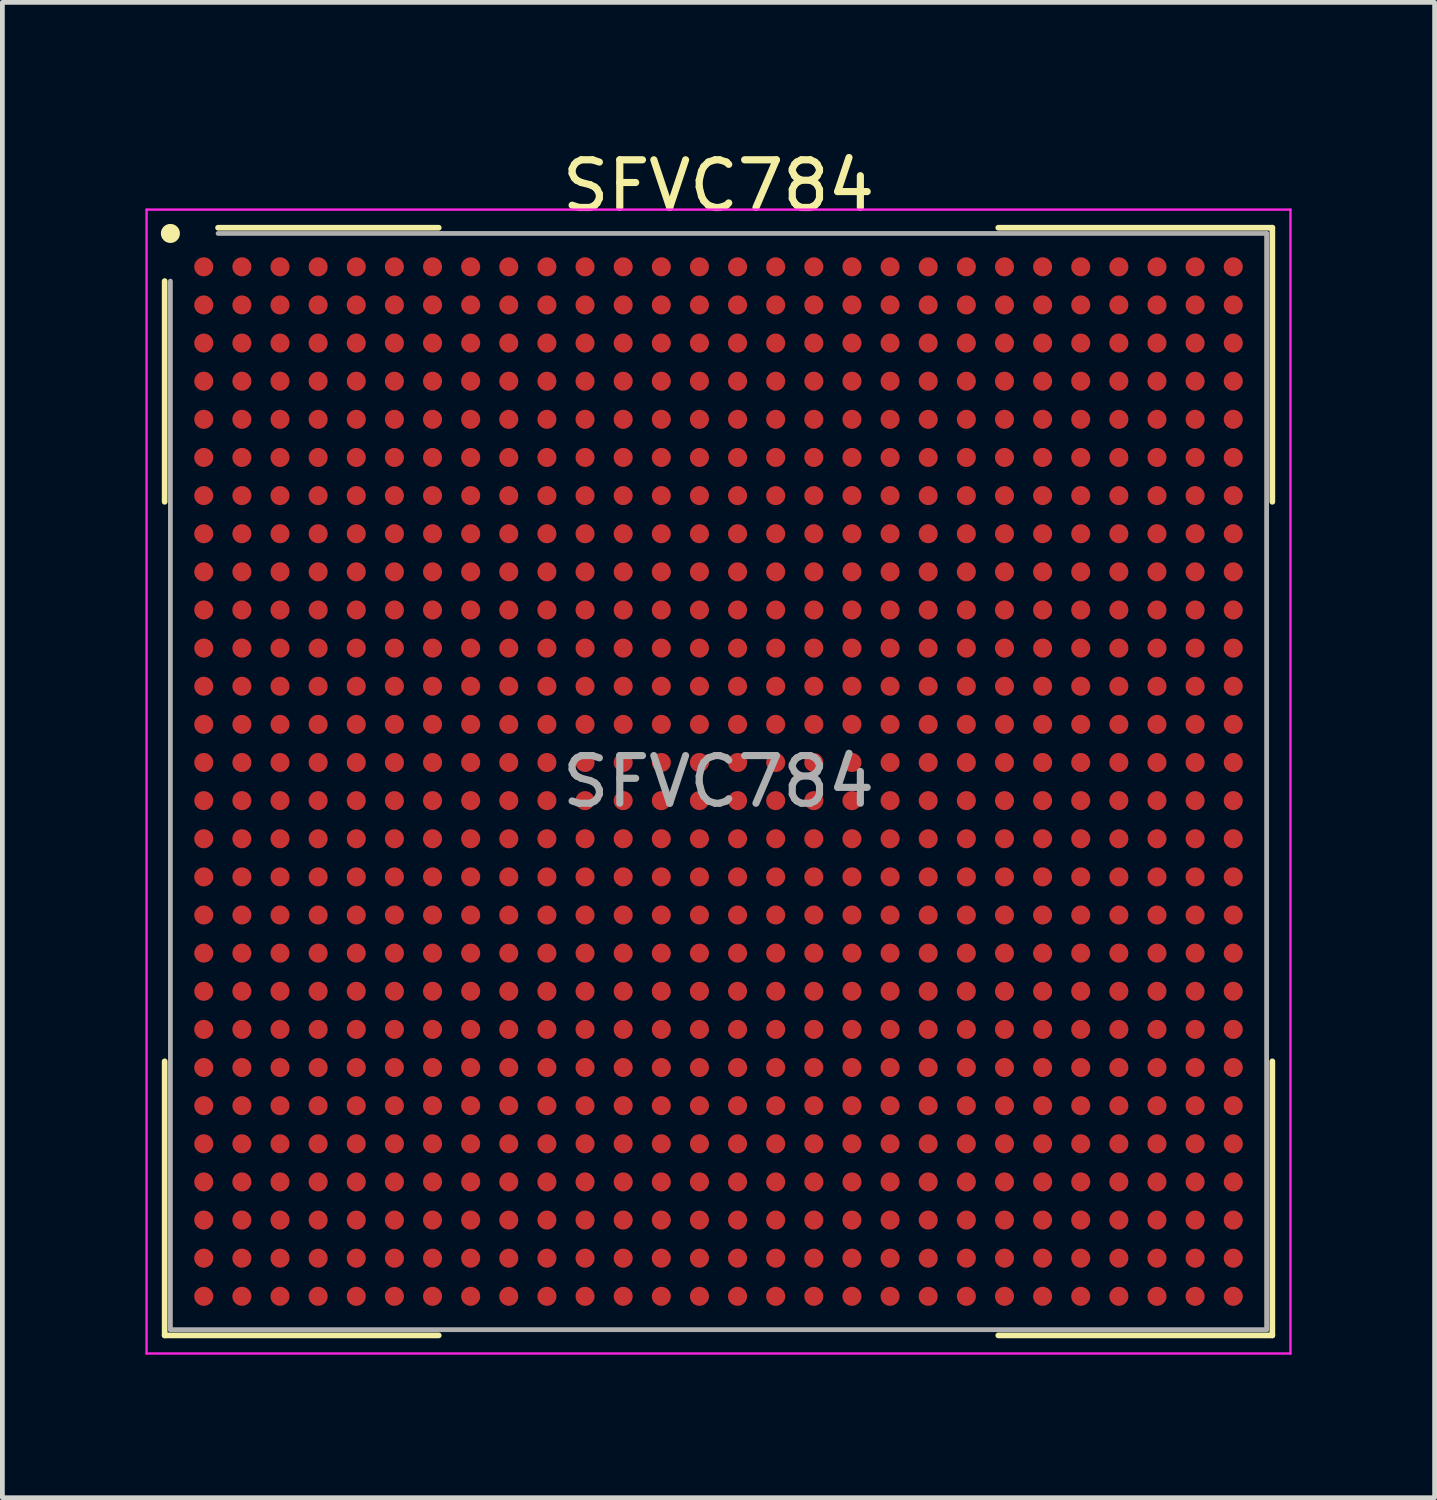
<source format=kicad_pcb>
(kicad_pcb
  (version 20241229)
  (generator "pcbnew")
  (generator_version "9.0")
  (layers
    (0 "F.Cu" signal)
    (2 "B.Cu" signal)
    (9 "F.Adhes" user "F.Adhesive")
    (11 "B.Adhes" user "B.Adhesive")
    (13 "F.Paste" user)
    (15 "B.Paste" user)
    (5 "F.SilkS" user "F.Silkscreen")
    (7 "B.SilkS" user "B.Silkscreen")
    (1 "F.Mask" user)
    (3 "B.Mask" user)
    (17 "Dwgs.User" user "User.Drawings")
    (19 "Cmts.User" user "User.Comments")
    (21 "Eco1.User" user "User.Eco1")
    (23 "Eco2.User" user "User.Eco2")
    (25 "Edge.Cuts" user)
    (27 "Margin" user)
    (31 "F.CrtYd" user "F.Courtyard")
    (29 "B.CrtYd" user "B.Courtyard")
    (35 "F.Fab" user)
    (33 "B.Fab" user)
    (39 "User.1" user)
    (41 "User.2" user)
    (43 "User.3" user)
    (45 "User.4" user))
  (footprint "SFVC784"
    (layer "F.Cu")
    (at 12.025 13.348)
    (property "Reference" "SFVC784" (at 0 -12.5 0) (layer "F.SilkS") (effects (font (size 1 1) (thickness 0.15))))
    (attr smd)
    (fp_line (start -11.62 -10.5) (end -11.62 -5.87) (stroke (width 0.12) (type default)) (layer "F.SilkS"))
    (fp_line (start -11.62 11.62) (end -11.62 5.87) (stroke (width 0.12) (type default)) (layer "F.SilkS"))
    (fp_line (start -5.87 -11.62) (end -10.5 -11.62) (stroke (width 0.12) (type default)) (layer "F.SilkS"))
    (fp_line (start -5.87 11.62) (end -11.62 11.62) (stroke (width 0.12) (type default)) (layer "F.SilkS"))
    (fp_line (start 5.87 -11.62) (end 11.62 -11.62) (stroke (width 0.12) (type default)) (layer "F.SilkS"))
    (fp_line (start 5.87 11.62) (end 11.62 11.62) (stroke (width 0.12) (type default)) (layer "F.SilkS"))
    (fp_line (start 11.62 -11.62) (end 11.62 -5.87) (stroke (width 0.12) (type default)) (layer "F.SilkS"))
    (fp_line (start 11.62 11.62) (end 11.62 5.87) (stroke (width 0.12) (type default)) (layer "F.SilkS"))
    (fp_circle (center -11.5 -11.5) (end -11.5 -11.4) (stroke (width 0.2) (type default)) (fill no) (layer "F.SilkS"))
    (fp_line (start -12 -12) (end 12 -12) (stroke (width 0.05) (type default)) (layer "F.CrtYd"))
    (fp_line (start -12 12) (end -12 -12) (stroke (width 0.05) (type default)) (layer "F.CrtYd"))
    (fp_line (start 12 -12) (end 12 12) (stroke (width 0.05) (type default)) (layer "F.CrtYd"))
    (fp_line (start 12 12) (end -12 12) (stroke (width 0.05) (type default)) (layer "F.CrtYd"))
    (fp_line (start -11.5 -10.5) (end -11.5 11.5) (stroke (width 0.1) (type default)) (layer "F.Fab"))
    (fp_line (start -11.5 11.5) (end 11.5 11.5) (stroke (width 0.1) (type default)) (layer "F.Fab"))
    (fp_line (start 11.5 -11.5) (end -10.5 -11.5) (stroke (width 0.1) (type default)) (layer "F.Fab"))
    (fp_line (start 11.5 11.5) (end 11.5 -11.5) (stroke (width 0.1) (type default)) (layer "F.Fab"))
    (fp_text user "${REFERENCE}" (at 0 0 0) (layer "F.Fab") (effects (font (size 1 1) (thickness 0.15))))
    (pad "A1" smd circle (at -10.8 -10.8) (size 0.4 0.4) (layers "F.Cu" "F.Mask" "F.Paste"))
    (pad "A2" smd circle (at -10 -10.8) (size 0.4 0.4) (layers "F.Cu" "F.Mask" "F.Paste"))
    (pad "A3" smd circle (at -9.2 -10.8) (size 0.4 0.4) (layers "F.Cu" "F.Mask" "F.Paste"))
    (pad "A4" smd circle (at -8.4 -10.8) (size 0.4 0.4) (layers "F.Cu" "F.Mask" "F.Paste"))
    (pad "A5" smd circle (at -7.6 -10.8) (size 0.4 0.4) (layers "F.Cu" "F.Mask" "F.Paste"))
    (pad "A6" smd circle (at -6.8 -10.8) (size 0.4 0.4) (layers "F.Cu" "F.Mask" "F.Paste"))
    (pad "A7" smd circle (at -6 -10.8) (size 0.4 0.4) (layers "F.Cu" "F.Mask" "F.Paste"))
    (pad "A8" smd circle (at -5.2 -10.8) (size 0.4 0.4) (layers "F.Cu" "F.Mask" "F.Paste"))
    (pad "A9" smd circle (at -4.4 -10.8) (size 0.4 0.4) (layers "F.Cu" "F.Mask" "F.Paste"))
    (pad "A10" smd circle (at -3.6 -10.8) (size 0.4 0.4) (layers "F.Cu" "F.Mask" "F.Paste"))
    (pad "A11" smd circle (at -2.8 -10.8) (size 0.4 0.4) (layers "F.Cu" "F.Mask" "F.Paste"))
    (pad "A12" smd circle (at -2 -10.8) (size 0.4 0.4) (layers "F.Cu" "F.Mask" "F.Paste"))
    (pad "A13" smd circle (at -1.2 -10.8) (size 0.4 0.4) (layers "F.Cu" "F.Mask" "F.Paste"))
    (pad "A14" smd circle (at -0.4 -10.8) (size 0.4 0.4) (layers "F.Cu" "F.Mask" "F.Paste"))
    (pad "A15" smd circle (at 0.4 -10.8) (size 0.4 0.4) (layers "F.Cu" "F.Mask" "F.Paste"))
    (pad "A16" smd circle (at 1.2 -10.8) (size 0.4 0.4) (layers "F.Cu" "F.Mask" "F.Paste"))
    (pad "A17" smd circle (at 2 -10.8) (size 0.4 0.4) (layers "F.Cu" "F.Mask" "F.Paste"))
    (pad "A18" smd circle (at 2.8 -10.8) (size 0.4 0.4) (layers "F.Cu" "F.Mask" "F.Paste"))
    (pad "A19" smd circle (at 3.6 -10.8) (size 0.4 0.4) (layers "F.Cu" "F.Mask" "F.Paste"))
    (pad "A20" smd circle (at 4.4 -10.8) (size 0.4 0.4) (layers "F.Cu" "F.Mask" "F.Paste"))
    (pad "A21" smd circle (at 5.2 -10.8) (size 0.4 0.4) (layers "F.Cu" "F.Mask" "F.Paste"))
    (pad "A22" smd circle (at 6 -10.8) (size 0.4 0.4) (layers "F.Cu" "F.Mask" "F.Paste"))
    (pad "A23" smd circle (at 6.8 -10.8) (size 0.4 0.4) (layers "F.Cu" "F.Mask" "F.Paste"))
    (pad "A24" smd circle (at 7.6 -10.8) (size 0.4 0.4) (layers "F.Cu" "F.Mask" "F.Paste"))
    (pad "A25" smd circle (at 8.4 -10.8) (size 0.4 0.4) (layers "F.Cu" "F.Mask" "F.Paste"))
    (pad "A26" smd circle (at 9.2 -10.8) (size 0.4 0.4) (layers "F.Cu" "F.Mask" "F.Paste"))
    (pad "A27" smd circle (at 10 -10.8) (size 0.4 0.4) (layers "F.Cu" "F.Mask" "F.Paste"))
    (pad "A28" smd circle (at 10.8 -10.8) (size 0.4 0.4) (layers "F.Cu" "F.Mask" "F.Paste"))
    (pad "AA1" smd circle (at -10.8 5.2) (size 0.4 0.4) (layers "F.Cu" "F.Mask" "F.Paste"))
    (pad "AA2" smd circle (at -10 5.2) (size 0.4 0.4) (layers "F.Cu" "F.Mask" "F.Paste"))
    (pad "AA3" smd circle (at -9.2 5.2) (size 0.4 0.4) (layers "F.Cu" "F.Mask" "F.Paste"))
    (pad "AA4" smd circle (at -8.4 5.2) (size 0.4 0.4) (layers "F.Cu" "F.Mask" "F.Paste"))
    (pad "AA5" smd circle (at -7.6 5.2) (size 0.4 0.4) (layers "F.Cu" "F.Mask" "F.Paste"))
    (pad "AA6" smd circle (at -6.8 5.2) (size 0.4 0.4) (layers "F.Cu" "F.Mask" "F.Paste"))
    (pad "AA7" smd circle (at -6 5.2) (size 0.4 0.4) (layers "F.Cu" "F.Mask" "F.Paste"))
    (pad "AA8" smd circle (at -5.2 5.2) (size 0.4 0.4) (layers "F.Cu" "F.Mask" "F.Paste"))
    (pad "AA9" smd circle (at -4.4 5.2) (size 0.4 0.4) (layers "F.Cu" "F.Mask" "F.Paste"))
    (pad "AA10" smd circle (at -3.6 5.2) (size 0.4 0.4) (layers "F.Cu" "F.Mask" "F.Paste"))
    (pad "AA11" smd circle (at -2.8 5.2) (size 0.4 0.4) (layers "F.Cu" "F.Mask" "F.Paste"))
    (pad "AA12" smd circle (at -2 5.2) (size 0.4 0.4) (layers "F.Cu" "F.Mask" "F.Paste"))
    (pad "AA13" smd circle (at -1.2 5.2) (size 0.4 0.4) (layers "F.Cu" "F.Mask" "F.Paste"))
    (pad "AA14" smd circle (at -0.4 5.2) (size 0.4 0.4) (layers "F.Cu" "F.Mask" "F.Paste"))
    (pad "AA15" smd circle (at 0.4 5.2) (size 0.4 0.4) (layers "F.Cu" "F.Mask" "F.Paste"))
    (pad "AA16" smd circle (at 1.2 5.2) (size 0.4 0.4) (layers "F.Cu" "F.Mask" "F.Paste"))
    (pad "AA17" smd circle (at 2 5.2) (size 0.4 0.4) (layers "F.Cu" "F.Mask" "F.Paste"))
    (pad "AA18" smd circle (at 2.8 5.2) (size 0.4 0.4) (layers "F.Cu" "F.Mask" "F.Paste"))
    (pad "AA19" smd circle (at 3.6 5.2) (size 0.4 0.4) (layers "F.Cu" "F.Mask" "F.Paste"))
    (pad "AA20" smd circle (at 4.4 5.2) (size 0.4 0.4) (layers "F.Cu" "F.Mask" "F.Paste"))
    (pad "AA21" smd circle (at 5.2 5.2) (size 0.4 0.4) (layers "F.Cu" "F.Mask" "F.Paste"))
    (pad "AA22" smd circle (at 6 5.2) (size 0.4 0.4) (layers "F.Cu" "F.Mask" "F.Paste"))
    (pad "AA23" smd circle (at 6.8 5.2) (size 0.4 0.4) (layers "F.Cu" "F.Mask" "F.Paste"))
    (pad "AA24" smd circle (at 7.6 5.2) (size 0.4 0.4) (layers "F.Cu" "F.Mask" "F.Paste"))
    (pad "AA25" smd circle (at 8.4 5.2) (size 0.4 0.4) (layers "F.Cu" "F.Mask" "F.Paste"))
    (pad "AA26" smd circle (at 9.2 5.2) (size 0.4 0.4) (layers "F.Cu" "F.Mask" "F.Paste"))
    (pad "AA27" smd circle (at 10 5.2) (size 0.4 0.4) (layers "F.Cu" "F.Mask" "F.Paste"))
    (pad "AA28" smd circle (at 10.8 5.2) (size 0.4 0.4) (layers "F.Cu" "F.Mask" "F.Paste"))
    (pad "AB1" smd circle (at -10.8 6) (size 0.4 0.4) (layers "F.Cu" "F.Mask" "F.Paste"))
    (pad "AB2" smd circle (at -10 6) (size 0.4 0.4) (layers "F.Cu" "F.Mask" "F.Paste"))
    (pad "AB3" smd circle (at -9.2 6) (size 0.4 0.4) (layers "F.Cu" "F.Mask" "F.Paste"))
    (pad "AB4" smd circle (at -8.4 6) (size 0.4 0.4) (layers "F.Cu" "F.Mask" "F.Paste"))
    (pad "AB5" smd circle (at -7.6 6) (size 0.4 0.4) (layers "F.Cu" "F.Mask" "F.Paste"))
    (pad "AB6" smd circle (at -6.8 6) (size 0.4 0.4) (layers "F.Cu" "F.Mask" "F.Paste"))
    (pad "AB7" smd circle (at -6 6) (size 0.4 0.4) (layers "F.Cu" "F.Mask" "F.Paste"))
    (pad "AB8" smd circle (at -5.2 6) (size 0.4 0.4) (layers "F.Cu" "F.Mask" "F.Paste"))
    (pad "AB9" smd circle (at -4.4 6) (size 0.4 0.4) (layers "F.Cu" "F.Mask" "F.Paste"))
    (pad "AB10" smd circle (at -3.6 6) (size 0.4 0.4) (layers "F.Cu" "F.Mask" "F.Paste"))
    (pad "AB11" smd circle (at -2.8 6) (size 0.4 0.4) (layers "F.Cu" "F.Mask" "F.Paste"))
    (pad "AB12" smd circle (at -2 6) (size 0.4 0.4) (layers "F.Cu" "F.Mask" "F.Paste"))
    (pad "AB13" smd circle (at -1.2 6) (size 0.4 0.4) (layers "F.Cu" "F.Mask" "F.Paste"))
    (pad "AB14" smd circle (at -0.4 6) (size 0.4 0.4) (layers "F.Cu" "F.Mask" "F.Paste"))
    (pad "AB15" smd circle (at 0.4 6) (size 0.4 0.4) (layers "F.Cu" "F.Mask" "F.Paste"))
    (pad "AB16" smd circle (at 1.2 6) (size 0.4 0.4) (layers "F.Cu" "F.Mask" "F.Paste"))
    (pad "AB17" smd circle (at 2 6) (size 0.4 0.4) (layers "F.Cu" "F.Mask" "F.Paste"))
    (pad "AB18" smd circle (at 2.8 6) (size 0.4 0.4) (layers "F.Cu" "F.Mask" "F.Paste"))
    (pad "AB19" smd circle (at 3.6 6) (size 0.4 0.4) (layers "F.Cu" "F.Mask" "F.Paste"))
    (pad "AB20" smd circle (at 4.4 6) (size 0.4 0.4) (layers "F.Cu" "F.Mask" "F.Paste"))
    (pad "AB21" smd circle (at 5.2 6) (size 0.4 0.4) (layers "F.Cu" "F.Mask" "F.Paste"))
    (pad "AB22" smd circle (at 6 6) (size 0.4 0.4) (layers "F.Cu" "F.Mask" "F.Paste"))
    (pad "AB23" smd circle (at 6.8 6) (size 0.4 0.4) (layers "F.Cu" "F.Mask" "F.Paste"))
    (pad "AB24" smd circle (at 7.6 6) (size 0.4 0.4) (layers "F.Cu" "F.Mask" "F.Paste"))
    (pad "AB25" smd circle (at 8.4 6) (size 0.4 0.4) (layers "F.Cu" "F.Mask" "F.Paste"))
    (pad "AB26" smd circle (at 9.2 6) (size 0.4 0.4) (layers "F.Cu" "F.Mask" "F.Paste"))
    (pad "AB27" smd circle (at 10 6) (size 0.4 0.4) (layers "F.Cu" "F.Mask" "F.Paste"))
    (pad "AB28" smd circle (at 10.8 6) (size 0.4 0.4) (layers "F.Cu" "F.Mask" "F.Paste"))
    (pad "AC1" smd circle (at -10.8 6.8) (size 0.4 0.4) (layers "F.Cu" "F.Mask" "F.Paste"))
    (pad "AC2" smd circle (at -10 6.8) (size 0.4 0.4) (layers "F.Cu" "F.Mask" "F.Paste"))
    (pad "AC3" smd circle (at -9.2 6.8) (size 0.4 0.4) (layers "F.Cu" "F.Mask" "F.Paste"))
    (pad "AC4" smd circle (at -8.4 6.8) (size 0.4 0.4) (layers "F.Cu" "F.Mask" "F.Paste"))
    (pad "AC5" smd circle (at -7.6 6.8) (size 0.4 0.4) (layers "F.Cu" "F.Mask" "F.Paste"))
    (pad "AC6" smd circle (at -6.8 6.8) (size 0.4 0.4) (layers "F.Cu" "F.Mask" "F.Paste"))
    (pad "AC7" smd circle (at -6 6.8) (size 0.4 0.4) (layers "F.Cu" "F.Mask" "F.Paste"))
    (pad "AC8" smd circle (at -5.2 6.8) (size 0.4 0.4) (layers "F.Cu" "F.Mask" "F.Paste"))
    (pad "AC9" smd circle (at -4.4 6.8) (size 0.4 0.4) (layers "F.Cu" "F.Mask" "F.Paste"))
    (pad "AC10" smd circle (at -3.6 6.8) (size 0.4 0.4) (layers "F.Cu" "F.Mask" "F.Paste"))
    (pad "AC11" smd circle (at -2.8 6.8) (size 0.4 0.4) (layers "F.Cu" "F.Mask" "F.Paste"))
    (pad "AC12" smd circle (at -2 6.8) (size 0.4 0.4) (layers "F.Cu" "F.Mask" "F.Paste"))
    (pad "AC13" smd circle (at -1.2 6.8) (size 0.4 0.4) (layers "F.Cu" "F.Mask" "F.Paste"))
    (pad "AC14" smd circle (at -0.4 6.8) (size 0.4 0.4) (layers "F.Cu" "F.Mask" "F.Paste"))
    (pad "AC15" smd circle (at 0.4 6.8) (size 0.4 0.4) (layers "F.Cu" "F.Mask" "F.Paste"))
    (pad "AC16" smd circle (at 1.2 6.8) (size 0.4 0.4) (layers "F.Cu" "F.Mask" "F.Paste"))
    (pad "AC17" smd circle (at 2 6.8) (size 0.4 0.4) (layers "F.Cu" "F.Mask" "F.Paste"))
    (pad "AC18" smd circle (at 2.8 6.8) (size 0.4 0.4) (layers "F.Cu" "F.Mask" "F.Paste"))
    (pad "AC19" smd circle (at 3.6 6.8) (size 0.4 0.4) (layers "F.Cu" "F.Mask" "F.Paste"))
    (pad "AC20" smd circle (at 4.4 6.8) (size 0.4 0.4) (layers "F.Cu" "F.Mask" "F.Paste"))
    (pad "AC21" smd circle (at 5.2 6.8) (size 0.4 0.4) (layers "F.Cu" "F.Mask" "F.Paste"))
    (pad "AC22" smd circle (at 6 6.8) (size 0.4 0.4) (layers "F.Cu" "F.Mask" "F.Paste"))
    (pad "AC23" smd circle (at 6.8 6.8) (size 0.4 0.4) (layers "F.Cu" "F.Mask" "F.Paste"))
    (pad "AC24" smd circle (at 7.6 6.8) (size 0.4 0.4) (layers "F.Cu" "F.Mask" "F.Paste"))
    (pad "AC25" smd circle (at 8.4 6.8) (size 0.4 0.4) (layers "F.Cu" "F.Mask" "F.Paste"))
    (pad "AC26" smd circle (at 9.2 6.8) (size 0.4 0.4) (layers "F.Cu" "F.Mask" "F.Paste"))
    (pad "AC27" smd circle (at 10 6.8) (size 0.4 0.4) (layers "F.Cu" "F.Mask" "F.Paste"))
    (pad "AC28" smd circle (at 10.8 6.8) (size 0.4 0.4) (layers "F.Cu" "F.Mask" "F.Paste"))
    (pad "AD1" smd circle (at -10.8 7.6) (size 0.4 0.4) (layers "F.Cu" "F.Mask" "F.Paste"))
    (pad "AD2" smd circle (at -10 7.6) (size 0.4 0.4) (layers "F.Cu" "F.Mask" "F.Paste"))
    (pad "AD3" smd circle (at -9.2 7.6) (size 0.4 0.4) (layers "F.Cu" "F.Mask" "F.Paste"))
    (pad "AD4" smd circle (at -8.4 7.6) (size 0.4 0.4) (layers "F.Cu" "F.Mask" "F.Paste"))
    (pad "AD5" smd circle (at -7.6 7.6) (size 0.4 0.4) (layers "F.Cu" "F.Mask" "F.Paste"))
    (pad "AD6" smd circle (at -6.8 7.6) (size 0.4 0.4) (layers "F.Cu" "F.Mask" "F.Paste"))
    (pad "AD7" smd circle (at -6 7.6) (size 0.4 0.4) (layers "F.Cu" "F.Mask" "F.Paste"))
    (pad "AD8" smd circle (at -5.2 7.6) (size 0.4 0.4) (layers "F.Cu" "F.Mask" "F.Paste"))
    (pad "AD9" smd circle (at -4.4 7.6) (size 0.4 0.4) (layers "F.Cu" "F.Mask" "F.Paste"))
    (pad "AD10" smd circle (at -3.6 7.6) (size 0.4 0.4) (layers "F.Cu" "F.Mask" "F.Paste"))
    (pad "AD11" smd circle (at -2.8 7.6) (size 0.4 0.4) (layers "F.Cu" "F.Mask" "F.Paste"))
    (pad "AD12" smd circle (at -2 7.6) (size 0.4 0.4) (layers "F.Cu" "F.Mask" "F.Paste"))
    (pad "AD13" smd circle (at -1.2 7.6) (size 0.4 0.4) (layers "F.Cu" "F.Mask" "F.Paste"))
    (pad "AD14" smd circle (at -0.4 7.6) (size 0.4 0.4) (layers "F.Cu" "F.Mask" "F.Paste"))
    (pad "AD15" smd circle (at 0.4 7.6) (size 0.4 0.4) (layers "F.Cu" "F.Mask" "F.Paste"))
    (pad "AD16" smd circle (at 1.2 7.6) (size 0.4 0.4) (layers "F.Cu" "F.Mask" "F.Paste"))
    (pad "AD17" smd circle (at 2 7.6) (size 0.4 0.4) (layers "F.Cu" "F.Mask" "F.Paste"))
    (pad "AD18" smd circle (at 2.8 7.6) (size 0.4 0.4) (layers "F.Cu" "F.Mask" "F.Paste"))
    (pad "AD19" smd circle (at 3.6 7.6) (size 0.4 0.4) (layers "F.Cu" "F.Mask" "F.Paste"))
    (pad "AD20" smd circle (at 4.4 7.6) (size 0.4 0.4) (layers "F.Cu" "F.Mask" "F.Paste"))
    (pad "AD21" smd circle (at 5.2 7.6) (size 0.4 0.4) (layers "F.Cu" "F.Mask" "F.Paste"))
    (pad "AD22" smd circle (at 6 7.6) (size 0.4 0.4) (layers "F.Cu" "F.Mask" "F.Paste"))
    (pad "AD23" smd circle (at 6.8 7.6) (size 0.4 0.4) (layers "F.Cu" "F.Mask" "F.Paste"))
    (pad "AD24" smd circle (at 7.6 7.6) (size 0.4 0.4) (layers "F.Cu" "F.Mask" "F.Paste"))
    (pad "AD25" smd circle (at 8.4 7.6) (size 0.4 0.4) (layers "F.Cu" "F.Mask" "F.Paste"))
    (pad "AD26" smd circle (at 9.2 7.6) (size 0.4 0.4) (layers "F.Cu" "F.Mask" "F.Paste"))
    (pad "AD27" smd circle (at 10 7.6) (size 0.4 0.4) (layers "F.Cu" "F.Mask" "F.Paste"))
    (pad "AD28" smd circle (at 10.8 7.6) (size 0.4 0.4) (layers "F.Cu" "F.Mask" "F.Paste"))
    (pad "AE1" smd circle (at -10.8 8.4) (size 0.4 0.4) (layers "F.Cu" "F.Mask" "F.Paste"))
    (pad "AE2" smd circle (at -10 8.4) (size 0.4 0.4) (layers "F.Cu" "F.Mask" "F.Paste"))
    (pad "AE3" smd circle (at -9.2 8.4) (size 0.4 0.4) (layers "F.Cu" "F.Mask" "F.Paste"))
    (pad "AE4" smd circle (at -8.4 8.4) (size 0.4 0.4) (layers "F.Cu" "F.Mask" "F.Paste"))
    (pad "AE5" smd circle (at -7.6 8.4) (size 0.4 0.4) (layers "F.Cu" "F.Mask" "F.Paste"))
    (pad "AE6" smd circle (at -6.8 8.4) (size 0.4 0.4) (layers "F.Cu" "F.Mask" "F.Paste"))
    (pad "AE7" smd circle (at -6 8.4) (size 0.4 0.4) (layers "F.Cu" "F.Mask" "F.Paste"))
    (pad "AE8" smd circle (at -5.2 8.4) (size 0.4 0.4) (layers "F.Cu" "F.Mask" "F.Paste"))
    (pad "AE9" smd circle (at -4.4 8.4) (size 0.4 0.4) (layers "F.Cu" "F.Mask" "F.Paste"))
    (pad "AE10" smd circle (at -3.6 8.4) (size 0.4 0.4) (layers "F.Cu" "F.Mask" "F.Paste"))
    (pad "AE11" smd circle (at -2.8 8.4) (size 0.4 0.4) (layers "F.Cu" "F.Mask" "F.Paste"))
    (pad "AE12" smd circle (at -2 8.4) (size 0.4 0.4) (layers "F.Cu" "F.Mask" "F.Paste"))
    (pad "AE13" smd circle (at -1.2 8.4) (size 0.4 0.4) (layers "F.Cu" "F.Mask" "F.Paste"))
    (pad "AE14" smd circle (at -0.4 8.4) (size 0.4 0.4) (layers "F.Cu" "F.Mask" "F.Paste"))
    (pad "AE15" smd circle (at 0.4 8.4) (size 0.4 0.4) (layers "F.Cu" "F.Mask" "F.Paste"))
    (pad "AE16" smd circle (at 1.2 8.4) (size 0.4 0.4) (layers "F.Cu" "F.Mask" "F.Paste"))
    (pad "AE17" smd circle (at 2 8.4) (size 0.4 0.4) (layers "F.Cu" "F.Mask" "F.Paste"))
    (pad "AE18" smd circle (at 2.8 8.4) (size 0.4 0.4) (layers "F.Cu" "F.Mask" "F.Paste"))
    (pad "AE19" smd circle (at 3.6 8.4) (size 0.4 0.4) (layers "F.Cu" "F.Mask" "F.Paste"))
    (pad "AE20" smd circle (at 4.4 8.4) (size 0.4 0.4) (layers "F.Cu" "F.Mask" "F.Paste"))
    (pad "AE21" smd circle (at 5.2 8.4) (size 0.4 0.4) (layers "F.Cu" "F.Mask" "F.Paste"))
    (pad "AE22" smd circle (at 6 8.4) (size 0.4 0.4) (layers "F.Cu" "F.Mask" "F.Paste"))
    (pad "AE23" smd circle (at 6.8 8.4) (size 0.4 0.4) (layers "F.Cu" "F.Mask" "F.Paste"))
    (pad "AE24" smd circle (at 7.6 8.4) (size 0.4 0.4) (layers "F.Cu" "F.Mask" "F.Paste"))
    (pad "AE25" smd circle (at 8.4 8.4) (size 0.4 0.4) (layers "F.Cu" "F.Mask" "F.Paste"))
    (pad "AE26" smd circle (at 9.2 8.4) (size 0.4 0.4) (layers "F.Cu" "F.Mask" "F.Paste"))
    (pad "AE27" smd circle (at 10 8.4) (size 0.4 0.4) (layers "F.Cu" "F.Mask" "F.Paste"))
    (pad "AE28" smd circle (at 10.8 8.4) (size 0.4 0.4) (layers "F.Cu" "F.Mask" "F.Paste"))
    (pad "AF1" smd circle (at -10.8 9.2) (size 0.4 0.4) (layers "F.Cu" "F.Mask" "F.Paste"))
    (pad "AF2" smd circle (at -10 9.2) (size 0.4 0.4) (layers "F.Cu" "F.Mask" "F.Paste"))
    (pad "AF3" smd circle (at -9.2 9.2) (size 0.4 0.4) (layers "F.Cu" "F.Mask" "F.Paste"))
    (pad "AF4" smd circle (at -8.4 9.2) (size 0.4 0.4) (layers "F.Cu" "F.Mask" "F.Paste"))
    (pad "AF5" smd circle (at -7.6 9.2) (size 0.4 0.4) (layers "F.Cu" "F.Mask" "F.Paste"))
    (pad "AF6" smd circle (at -6.8 9.2) (size 0.4 0.4) (layers "F.Cu" "F.Mask" "F.Paste"))
    (pad "AF7" smd circle (at -6 9.2) (size 0.4 0.4) (layers "F.Cu" "F.Mask" "F.Paste"))
    (pad "AF8" smd circle (at -5.2 9.2) (size 0.4 0.4) (layers "F.Cu" "F.Mask" "F.Paste"))
    (pad "AF9" smd circle (at -4.4 9.2) (size 0.4 0.4) (layers "F.Cu" "F.Mask" "F.Paste"))
    (pad "AF10" smd circle (at -3.6 9.2) (size 0.4 0.4) (layers "F.Cu" "F.Mask" "F.Paste"))
    (pad "AF11" smd circle (at -2.8 9.2) (size 0.4 0.4) (layers "F.Cu" "F.Mask" "F.Paste"))
    (pad "AF12" smd circle (at -2 9.2) (size 0.4 0.4) (layers "F.Cu" "F.Mask" "F.Paste"))
    (pad "AF13" smd circle (at -1.2 9.2) (size 0.4 0.4) (layers "F.Cu" "F.Mask" "F.Paste"))
    (pad "AF14" smd circle (at -0.4 9.2) (size 0.4 0.4) (layers "F.Cu" "F.Mask" "F.Paste"))
    (pad "AF15" smd circle (at 0.4 9.2) (size 0.4 0.4) (layers "F.Cu" "F.Mask" "F.Paste"))
    (pad "AF16" smd circle (at 1.2 9.2) (size 0.4 0.4) (layers "F.Cu" "F.Mask" "F.Paste"))
    (pad "AF17" smd circle (at 2 9.2) (size 0.4 0.4) (layers "F.Cu" "F.Mask" "F.Paste"))
    (pad "AF18" smd circle (at 2.8 9.2) (size 0.4 0.4) (layers "F.Cu" "F.Mask" "F.Paste"))
    (pad "AF19" smd circle (at 3.6 9.2) (size 0.4 0.4) (layers "F.Cu" "F.Mask" "F.Paste"))
    (pad "AF20" smd circle (at 4.4 9.2) (size 0.4 0.4) (layers "F.Cu" "F.Mask" "F.Paste"))
    (pad "AF21" smd circle (at 5.2 9.2) (size 0.4 0.4) (layers "F.Cu" "F.Mask" "F.Paste"))
    (pad "AF22" smd circle (at 6 9.2) (size 0.4 0.4) (layers "F.Cu" "F.Mask" "F.Paste"))
    (pad "AF23" smd circle (at 6.8 9.2) (size 0.4 0.4) (layers "F.Cu" "F.Mask" "F.Paste"))
    (pad "AF24" smd circle (at 7.6 9.2) (size 0.4 0.4) (layers "F.Cu" "F.Mask" "F.Paste"))
    (pad "AF25" smd circle (at 8.4 9.2) (size 0.4 0.4) (layers "F.Cu" "F.Mask" "F.Paste"))
    (pad "AF26" smd circle (at 9.2 9.2) (size 0.4 0.4) (layers "F.Cu" "F.Mask" "F.Paste"))
    (pad "AF27" smd circle (at 10 9.2) (size 0.4 0.4) (layers "F.Cu" "F.Mask" "F.Paste"))
    (pad "AF28" smd circle (at 10.8 9.2) (size 0.4 0.4) (layers "F.Cu" "F.Mask" "F.Paste"))
    (pad "AG1" smd circle (at -10.8 10) (size 0.4 0.4) (layers "F.Cu" "F.Mask" "F.Paste"))
    (pad "AG2" smd circle (at -10 10) (size 0.4 0.4) (layers "F.Cu" "F.Mask" "F.Paste"))
    (pad "AG3" smd circle (at -9.2 10) (size 0.4 0.4) (layers "F.Cu" "F.Mask" "F.Paste"))
    (pad "AG4" smd circle (at -8.4 10) (size 0.4 0.4) (layers "F.Cu" "F.Mask" "F.Paste"))
    (pad "AG5" smd circle (at -7.6 10) (size 0.4 0.4) (layers "F.Cu" "F.Mask" "F.Paste"))
    (pad "AG6" smd circle (at -6.8 10) (size 0.4 0.4) (layers "F.Cu" "F.Mask" "F.Paste"))
    (pad "AG7" smd circle (at -6 10) (size 0.4 0.4) (layers "F.Cu" "F.Mask" "F.Paste"))
    (pad "AG8" smd circle (at -5.2 10) (size 0.4 0.4) (layers "F.Cu" "F.Mask" "F.Paste"))
    (pad "AG9" smd circle (at -4.4 10) (size 0.4 0.4) (layers "F.Cu" "F.Mask" "F.Paste"))
    (pad "AG10" smd circle (at -3.6 10) (size 0.4 0.4) (layers "F.Cu" "F.Mask" "F.Paste"))
    (pad "AG11" smd circle (at -2.8 10) (size 0.4 0.4) (layers "F.Cu" "F.Mask" "F.Paste"))
    (pad "AG12" smd circle (at -2 10) (size 0.4 0.4) (layers "F.Cu" "F.Mask" "F.Paste"))
    (pad "AG13" smd circle (at -1.2 10) (size 0.4 0.4) (layers "F.Cu" "F.Mask" "F.Paste"))
    (pad "AG14" smd circle (at -0.4 10) (size 0.4 0.4) (layers "F.Cu" "F.Mask" "F.Paste"))
    (pad "AG15" smd circle (at 0.4 10) (size 0.4 0.4) (layers "F.Cu" "F.Mask" "F.Paste"))
    (pad "AG16" smd circle (at 1.2 10) (size 0.4 0.4) (layers "F.Cu" "F.Mask" "F.Paste"))
    (pad "AG17" smd circle (at 2 10) (size 0.4 0.4) (layers "F.Cu" "F.Mask" "F.Paste"))
    (pad "AG18" smd circle (at 2.8 10) (size 0.4 0.4) (layers "F.Cu" "F.Mask" "F.Paste"))
    (pad "AG19" smd circle (at 3.6 10) (size 0.4 0.4) (layers "F.Cu" "F.Mask" "F.Paste"))
    (pad "AG20" smd circle (at 4.4 10) (size 0.4 0.4) (layers "F.Cu" "F.Mask" "F.Paste"))
    (pad "AG21" smd circle (at 5.2 10) (size 0.4 0.4) (layers "F.Cu" "F.Mask" "F.Paste"))
    (pad "AG22" smd circle (at 6 10) (size 0.4 0.4) (layers "F.Cu" "F.Mask" "F.Paste"))
    (pad "AG23" smd circle (at 6.8 10) (size 0.4 0.4) (layers "F.Cu" "F.Mask" "F.Paste"))
    (pad "AG24" smd circle (at 7.6 10) (size 0.4 0.4) (layers "F.Cu" "F.Mask" "F.Paste"))
    (pad "AG25" smd circle (at 8.4 10) (size 0.4 0.4) (layers "F.Cu" "F.Mask" "F.Paste"))
    (pad "AG26" smd circle (at 9.2 10) (size 0.4 0.4) (layers "F.Cu" "F.Mask" "F.Paste"))
    (pad "AG27" smd circle (at 10 10) (size 0.4 0.4) (layers "F.Cu" "F.Mask" "F.Paste"))
    (pad "AG28" smd circle (at 10.8 10) (size 0.4 0.4) (layers "F.Cu" "F.Mask" "F.Paste"))
    (pad "AH1" smd circle (at -10.8 10.8) (size 0.4 0.4) (layers "F.Cu" "F.Mask" "F.Paste"))
    (pad "AH2" smd circle (at -10 10.8) (size 0.4 0.4) (layers "F.Cu" "F.Mask" "F.Paste"))
    (pad "AH3" smd circle (at -9.2 10.8) (size 0.4 0.4) (layers "F.Cu" "F.Mask" "F.Paste"))
    (pad "AH4" smd circle (at -8.4 10.8) (size 0.4 0.4) (layers "F.Cu" "F.Mask" "F.Paste"))
    (pad "AH5" smd circle (at -7.6 10.8) (size 0.4 0.4) (layers "F.Cu" "F.Mask" "F.Paste"))
    (pad "AH6" smd circle (at -6.8 10.8) (size 0.4 0.4) (layers "F.Cu" "F.Mask" "F.Paste"))
    (pad "AH7" smd circle (at -6 10.8) (size 0.4 0.4) (layers "F.Cu" "F.Mask" "F.Paste"))
    (pad "AH8" smd circle (at -5.2 10.8) (size 0.4 0.4) (layers "F.Cu" "F.Mask" "F.Paste"))
    (pad "AH9" smd circle (at -4.4 10.8) (size 0.4 0.4) (layers "F.Cu" "F.Mask" "F.Paste"))
    (pad "AH10" smd circle (at -3.6 10.8) (size 0.4 0.4) (layers "F.Cu" "F.Mask" "F.Paste"))
    (pad "AH11" smd circle (at -2.8 10.8) (size 0.4 0.4) (layers "F.Cu" "F.Mask" "F.Paste"))
    (pad "AH12" smd circle (at -2 10.8) (size 0.4 0.4) (layers "F.Cu" "F.Mask" "F.Paste"))
    (pad "AH13" smd circle (at -1.2 10.8) (size 0.4 0.4) (layers "F.Cu" "F.Mask" "F.Paste"))
    (pad "AH14" smd circle (at -0.4 10.8) (size 0.4 0.4) (layers "F.Cu" "F.Mask" "F.Paste"))
    (pad "AH15" smd circle (at 0.4 10.8) (size 0.4 0.4) (layers "F.Cu" "F.Mask" "F.Paste"))
    (pad "AH16" smd circle (at 1.2 10.8) (size 0.4 0.4) (layers "F.Cu" "F.Mask" "F.Paste"))
    (pad "AH17" smd circle (at 2 10.8) (size 0.4 0.4) (layers "F.Cu" "F.Mask" "F.Paste"))
    (pad "AH18" smd circle (at 2.8 10.8) (size 0.4 0.4) (layers "F.Cu" "F.Mask" "F.Paste"))
    (pad "AH19" smd circle (at 3.6 10.8) (size 0.4 0.4) (layers "F.Cu" "F.Mask" "F.Paste"))
    (pad "AH20" smd circle (at 4.4 10.8) (size 0.4 0.4) (layers "F.Cu" "F.Mask" "F.Paste"))
    (pad "AH21" smd circle (at 5.2 10.8) (size 0.4 0.4) (layers "F.Cu" "F.Mask" "F.Paste"))
    (pad "AH22" smd circle (at 6 10.8) (size 0.4 0.4) (layers "F.Cu" "F.Mask" "F.Paste"))
    (pad "AH23" smd circle (at 6.8 10.8) (size 0.4 0.4) (layers "F.Cu" "F.Mask" "F.Paste"))
    (pad "AH24" smd circle (at 7.6 10.8) (size 0.4 0.4) (layers "F.Cu" "F.Mask" "F.Paste"))
    (pad "AH25" smd circle (at 8.4 10.8) (size 0.4 0.4) (layers "F.Cu" "F.Mask" "F.Paste"))
    (pad "AH26" smd circle (at 9.2 10.8) (size 0.4 0.4) (layers "F.Cu" "F.Mask" "F.Paste"))
    (pad "AH27" smd circle (at 10 10.8) (size 0.4 0.4) (layers "F.Cu" "F.Mask" "F.Paste"))
    (pad "AH28" smd circle (at 10.8 10.8) (size 0.4 0.4) (layers "F.Cu" "F.Mask" "F.Paste"))
    (pad "B1" smd circle (at -10.8 -10) (size 0.4 0.4) (layers "F.Cu" "F.Mask" "F.Paste"))
    (pad "B2" smd circle (at -10 -10) (size 0.4 0.4) (layers "F.Cu" "F.Mask" "F.Paste"))
    (pad "B3" smd circle (at -9.2 -10) (size 0.4 0.4) (layers "F.Cu" "F.Mask" "F.Paste"))
    (pad "B4" smd circle (at -8.4 -10) (size 0.4 0.4) (layers "F.Cu" "F.Mask" "F.Paste"))
    (pad "B5" smd circle (at -7.6 -10) (size 0.4 0.4) (layers "F.Cu" "F.Mask" "F.Paste"))
    (pad "B6" smd circle (at -6.8 -10) (size 0.4 0.4) (layers "F.Cu" "F.Mask" "F.Paste"))
    (pad "B7" smd circle (at -6 -10) (size 0.4 0.4) (layers "F.Cu" "F.Mask" "F.Paste"))
    (pad "B8" smd circle (at -5.2 -10) (size 0.4 0.4) (layers "F.Cu" "F.Mask" "F.Paste"))
    (pad "B9" smd circle (at -4.4 -10) (size 0.4 0.4) (layers "F.Cu" "F.Mask" "F.Paste"))
    (pad "B10" smd circle (at -3.6 -10) (size 0.4 0.4) (layers "F.Cu" "F.Mask" "F.Paste"))
    (pad "B11" smd circle (at -2.8 -10) (size 0.4 0.4) (layers "F.Cu" "F.Mask" "F.Paste"))
    (pad "B12" smd circle (at -2 -10) (size 0.4 0.4) (layers "F.Cu" "F.Mask" "F.Paste"))
    (pad "B13" smd circle (at -1.2 -10) (size 0.4 0.4) (layers "F.Cu" "F.Mask" "F.Paste"))
    (pad "B14" smd circle (at -0.4 -10) (size 0.4 0.4) (layers "F.Cu" "F.Mask" "F.Paste"))
    (pad "B15" smd circle (at 0.4 -10) (size 0.4 0.4) (layers "F.Cu" "F.Mask" "F.Paste"))
    (pad "B16" smd circle (at 1.2 -10) (size 0.4 0.4) (layers "F.Cu" "F.Mask" "F.Paste"))
    (pad "B17" smd circle (at 2 -10) (size 0.4 0.4) (layers "F.Cu" "F.Mask" "F.Paste"))
    (pad "B18" smd circle (at 2.8 -10) (size 0.4 0.4) (layers "F.Cu" "F.Mask" "F.Paste"))
    (pad "B19" smd circle (at 3.6 -10) (size 0.4 0.4) (layers "F.Cu" "F.Mask" "F.Paste"))
    (pad "B20" smd circle (at 4.4 -10) (size 0.4 0.4) (layers "F.Cu" "F.Mask" "F.Paste"))
    (pad "B21" smd circle (at 5.2 -10) (size 0.4 0.4) (layers "F.Cu" "F.Mask" "F.Paste"))
    (pad "B22" smd circle (at 6 -10) (size 0.4 0.4) (layers "F.Cu" "F.Mask" "F.Paste"))
    (pad "B23" smd circle (at 6.8 -10) (size 0.4 0.4) (layers "F.Cu" "F.Mask" "F.Paste"))
    (pad "B24" smd circle (at 7.6 -10) (size 0.4 0.4) (layers "F.Cu" "F.Mask" "F.Paste"))
    (pad "B25" smd circle (at 8.4 -10) (size 0.4 0.4) (layers "F.Cu" "F.Mask" "F.Paste"))
    (pad "B26" smd circle (at 9.2 -10) (size 0.4 0.4) (layers "F.Cu" "F.Mask" "F.Paste"))
    (pad "B27" smd circle (at 10 -10) (size 0.4 0.4) (layers "F.Cu" "F.Mask" "F.Paste"))
    (pad "B28" smd circle (at 10.8 -10) (size 0.4 0.4) (layers "F.Cu" "F.Mask" "F.Paste"))
    (pad "C1" smd circle (at -10.8 -9.2) (size 0.4 0.4) (layers "F.Cu" "F.Mask" "F.Paste"))
    (pad "C2" smd circle (at -10 -9.2) (size 0.4 0.4) (layers "F.Cu" "F.Mask" "F.Paste"))
    (pad "C3" smd circle (at -9.2 -9.2) (size 0.4 0.4) (layers "F.Cu" "F.Mask" "F.Paste"))
    (pad "C4" smd circle (at -8.4 -9.2) (size 0.4 0.4) (layers "F.Cu" "F.Mask" "F.Paste"))
    (pad "C5" smd circle (at -7.6 -9.2) (size 0.4 0.4) (layers "F.Cu" "F.Mask" "F.Paste"))
    (pad "C6" smd circle (at -6.8 -9.2) (size 0.4 0.4) (layers "F.Cu" "F.Mask" "F.Paste"))
    (pad "C7" smd circle (at -6 -9.2) (size 0.4 0.4) (layers "F.Cu" "F.Mask" "F.Paste"))
    (pad "C8" smd circle (at -5.2 -9.2) (size 0.4 0.4) (layers "F.Cu" "F.Mask" "F.Paste"))
    (pad "C9" smd circle (at -4.4 -9.2) (size 0.4 0.4) (layers "F.Cu" "F.Mask" "F.Paste"))
    (pad "C10" smd circle (at -3.6 -9.2) (size 0.4 0.4) (layers "F.Cu" "F.Mask" "F.Paste"))
    (pad "C11" smd circle (at -2.8 -9.2) (size 0.4 0.4) (layers "F.Cu" "F.Mask" "F.Paste"))
    (pad "C12" smd circle (at -2 -9.2) (size 0.4 0.4) (layers "F.Cu" "F.Mask" "F.Paste"))
    (pad "C13" smd circle (at -1.2 -9.2) (size 0.4 0.4) (layers "F.Cu" "F.Mask" "F.Paste"))
    (pad "C14" smd circle (at -0.4 -9.2) (size 0.4 0.4) (layers "F.Cu" "F.Mask" "F.Paste"))
    (pad "C15" smd circle (at 0.4 -9.2) (size 0.4 0.4) (layers "F.Cu" "F.Mask" "F.Paste"))
    (pad "C16" smd circle (at 1.2 -9.2) (size 0.4 0.4) (layers "F.Cu" "F.Mask" "F.Paste"))
    (pad "C17" smd circle (at 2 -9.2) (size 0.4 0.4) (layers "F.Cu" "F.Mask" "F.Paste"))
    (pad "C18" smd circle (at 2.8 -9.2) (size 0.4 0.4) (layers "F.Cu" "F.Mask" "F.Paste"))
    (pad "C19" smd circle (at 3.6 -9.2) (size 0.4 0.4) (layers "F.Cu" "F.Mask" "F.Paste"))
    (pad "C20" smd circle (at 4.4 -9.2) (size 0.4 0.4) (layers "F.Cu" "F.Mask" "F.Paste"))
    (pad "C21" smd circle (at 5.2 -9.2) (size 0.4 0.4) (layers "F.Cu" "F.Mask" "F.Paste"))
    (pad "C22" smd circle (at 6 -9.2) (size 0.4 0.4) (layers "F.Cu" "F.Mask" "F.Paste"))
    (pad "C23" smd circle (at 6.8 -9.2) (size 0.4 0.4) (layers "F.Cu" "F.Mask" "F.Paste"))
    (pad "C24" smd circle (at 7.6 -9.2) (size 0.4 0.4) (layers "F.Cu" "F.Mask" "F.Paste"))
    (pad "C25" smd circle (at 8.4 -9.2) (size 0.4 0.4) (layers "F.Cu" "F.Mask" "F.Paste"))
    (pad "C26" smd circle (at 9.2 -9.2) (size 0.4 0.4) (layers "F.Cu" "F.Mask" "F.Paste"))
    (pad "C27" smd circle (at 10 -9.2) (size 0.4 0.4) (layers "F.Cu" "F.Mask" "F.Paste"))
    (pad "C28" smd circle (at 10.8 -9.2) (size 0.4 0.4) (layers "F.Cu" "F.Mask" "F.Paste"))
    (pad "D1" smd circle (at -10.8 -8.4) (size 0.4 0.4) (layers "F.Cu" "F.Mask" "F.Paste"))
    (pad "D2" smd circle (at -10 -8.4) (size 0.4 0.4) (layers "F.Cu" "F.Mask" "F.Paste"))
    (pad "D3" smd circle (at -9.2 -8.4) (size 0.4 0.4) (layers "F.Cu" "F.Mask" "F.Paste"))
    (pad "D4" smd circle (at -8.4 -8.4) (size 0.4 0.4) (layers "F.Cu" "F.Mask" "F.Paste"))
    (pad "D5" smd circle (at -7.6 -8.4) (size 0.4 0.4) (layers "F.Cu" "F.Mask" "F.Paste"))
    (pad "D6" smd circle (at -6.8 -8.4) (size 0.4 0.4) (layers "F.Cu" "F.Mask" "F.Paste"))
    (pad "D7" smd circle (at -6 -8.4) (size 0.4 0.4) (layers "F.Cu" "F.Mask" "F.Paste"))
    (pad "D8" smd circle (at -5.2 -8.4) (size 0.4 0.4) (layers "F.Cu" "F.Mask" "F.Paste"))
    (pad "D9" smd circle (at -4.4 -8.4) (size 0.4 0.4) (layers "F.Cu" "F.Mask" "F.Paste"))
    (pad "D10" smd circle (at -3.6 -8.4) (size 0.4 0.4) (layers "F.Cu" "F.Mask" "F.Paste"))
    (pad "D11" smd circle (at -2.8 -8.4) (size 0.4 0.4) (layers "F.Cu" "F.Mask" "F.Paste"))
    (pad "D12" smd circle (at -2 -8.4) (size 0.4 0.4) (layers "F.Cu" "F.Mask" "F.Paste"))
    (pad "D13" smd circle (at -1.2 -8.4) (size 0.4 0.4) (layers "F.Cu" "F.Mask" "F.Paste"))
    (pad "D14" smd circle (at -0.4 -8.4) (size 0.4 0.4) (layers "F.Cu" "F.Mask" "F.Paste"))
    (pad "D15" smd circle (at 0.4 -8.4) (size 0.4 0.4) (layers "F.Cu" "F.Mask" "F.Paste"))
    (pad "D16" smd circle (at 1.2 -8.4) (size 0.4 0.4) (layers "F.Cu" "F.Mask" "F.Paste"))
    (pad "D17" smd circle (at 2 -8.4) (size 0.4 0.4) (layers "F.Cu" "F.Mask" "F.Paste"))
    (pad "D18" smd circle (at 2.8 -8.4) (size 0.4 0.4) (layers "F.Cu" "F.Mask" "F.Paste"))
    (pad "D19" smd circle (at 3.6 -8.4) (size 0.4 0.4) (layers "F.Cu" "F.Mask" "F.Paste"))
    (pad "D20" smd circle (at 4.4 -8.4) (size 0.4 0.4) (layers "F.Cu" "F.Mask" "F.Paste"))
    (pad "D21" smd circle (at 5.2 -8.4) (size 0.4 0.4) (layers "F.Cu" "F.Mask" "F.Paste"))
    (pad "D22" smd circle (at 6 -8.4) (size 0.4 0.4) (layers "F.Cu" "F.Mask" "F.Paste"))
    (pad "D23" smd circle (at 6.8 -8.4) (size 0.4 0.4) (layers "F.Cu" "F.Mask" "F.Paste"))
    (pad "D24" smd circle (at 7.6 -8.4) (size 0.4 0.4) (layers "F.Cu" "F.Mask" "F.Paste"))
    (pad "D25" smd circle (at 8.4 -8.4) (size 0.4 0.4) (layers "F.Cu" "F.Mask" "F.Paste"))
    (pad "D26" smd circle (at 9.2 -8.4) (size 0.4 0.4) (layers "F.Cu" "F.Mask" "F.Paste"))
    (pad "D27" smd circle (at 10 -8.4) (size 0.4 0.4) (layers "F.Cu" "F.Mask" "F.Paste"))
    (pad "D28" smd circle (at 10.8 -8.4) (size 0.4 0.4) (layers "F.Cu" "F.Mask" "F.Paste"))
    (pad "E1" smd circle (at -10.8 -7.6) (size 0.4 0.4) (layers "F.Cu" "F.Mask" "F.Paste"))
    (pad "E2" smd circle (at -10 -7.6) (size 0.4 0.4) (layers "F.Cu" "F.Mask" "F.Paste"))
    (pad "E3" smd circle (at -9.2 -7.6) (size 0.4 0.4) (layers "F.Cu" "F.Mask" "F.Paste"))
    (pad "E4" smd circle (at -8.4 -7.6) (size 0.4 0.4) (layers "F.Cu" "F.Mask" "F.Paste"))
    (pad "E5" smd circle (at -7.6 -7.6) (size 0.4 0.4) (layers "F.Cu" "F.Mask" "F.Paste"))
    (pad "E6" smd circle (at -6.8 -7.6) (size 0.4 0.4) (layers "F.Cu" "F.Mask" "F.Paste"))
    (pad "E7" smd circle (at -6 -7.6) (size 0.4 0.4) (layers "F.Cu" "F.Mask" "F.Paste"))
    (pad "E8" smd circle (at -5.2 -7.6) (size 0.4 0.4) (layers "F.Cu" "F.Mask" "F.Paste"))
    (pad "E9" smd circle (at -4.4 -7.6) (size 0.4 0.4) (layers "F.Cu" "F.Mask" "F.Paste"))
    (pad "E10" smd circle (at -3.6 -7.6) (size 0.4 0.4) (layers "F.Cu" "F.Mask" "F.Paste"))
    (pad "E11" smd circle (at -2.8 -7.6) (size 0.4 0.4) (layers "F.Cu" "F.Mask" "F.Paste"))
    (pad "E12" smd circle (at -2 -7.6) (size 0.4 0.4) (layers "F.Cu" "F.Mask" "F.Paste"))
    (pad "E13" smd circle (at -1.2 -7.6) (size 0.4 0.4) (layers "F.Cu" "F.Mask" "F.Paste"))
    (pad "E14" smd circle (at -0.4 -7.6) (size 0.4 0.4) (layers "F.Cu" "F.Mask" "F.Paste"))
    (pad "E15" smd circle (at 0.4 -7.6) (size 0.4 0.4) (layers "F.Cu" "F.Mask" "F.Paste"))
    (pad "E16" smd circle (at 1.2 -7.6) (size 0.4 0.4) (layers "F.Cu" "F.Mask" "F.Paste"))
    (pad "E17" smd circle (at 2 -7.6) (size 0.4 0.4) (layers "F.Cu" "F.Mask" "F.Paste"))
    (pad "E18" smd circle (at 2.8 -7.6) (size 0.4 0.4) (layers "F.Cu" "F.Mask" "F.Paste"))
    (pad "E19" smd circle (at 3.6 -7.6) (size 0.4 0.4) (layers "F.Cu" "F.Mask" "F.Paste"))
    (pad "E20" smd circle (at 4.4 -7.6) (size 0.4 0.4) (layers "F.Cu" "F.Mask" "F.Paste"))
    (pad "E21" smd circle (at 5.2 -7.6) (size 0.4 0.4) (layers "F.Cu" "F.Mask" "F.Paste"))
    (pad "E22" smd circle (at 6 -7.6) (size 0.4 0.4) (layers "F.Cu" "F.Mask" "F.Paste"))
    (pad "E23" smd circle (at 6.8 -7.6) (size 0.4 0.4) (layers "F.Cu" "F.Mask" "F.Paste"))
    (pad "E24" smd circle (at 7.6 -7.6) (size 0.4 0.4) (layers "F.Cu" "F.Mask" "F.Paste"))
    (pad "E25" smd circle (at 8.4 -7.6) (size 0.4 0.4) (layers "F.Cu" "F.Mask" "F.Paste"))
    (pad "E26" smd circle (at 9.2 -7.6) (size 0.4 0.4) (layers "F.Cu" "F.Mask" "F.Paste"))
    (pad "E27" smd circle (at 10 -7.6) (size 0.4 0.4) (layers "F.Cu" "F.Mask" "F.Paste"))
    (pad "E28" smd circle (at 10.8 -7.6) (size 0.4 0.4) (layers "F.Cu" "F.Mask" "F.Paste"))
    (pad "F1" smd circle (at -10.8 -6.8) (size 0.4 0.4) (layers "F.Cu" "F.Mask" "F.Paste"))
    (pad "F2" smd circle (at -10 -6.8) (size 0.4 0.4) (layers "F.Cu" "F.Mask" "F.Paste"))
    (pad "F3" smd circle (at -9.2 -6.8) (size 0.4 0.4) (layers "F.Cu" "F.Mask" "F.Paste"))
    (pad "F4" smd circle (at -8.4 -6.8) (size 0.4 0.4) (layers "F.Cu" "F.Mask" "F.Paste"))
    (pad "F5" smd circle (at -7.6 -6.8) (size 0.4 0.4) (layers "F.Cu" "F.Mask" "F.Paste"))
    (pad "F6" smd circle (at -6.8 -6.8) (size 0.4 0.4) (layers "F.Cu" "F.Mask" "F.Paste"))
    (pad "F7" smd circle (at -6 -6.8) (size 0.4 0.4) (layers "F.Cu" "F.Mask" "F.Paste"))
    (pad "F8" smd circle (at -5.2 -6.8) (size 0.4 0.4) (layers "F.Cu" "F.Mask" "F.Paste"))
    (pad "F9" smd circle (at -4.4 -6.8) (size 0.4 0.4) (layers "F.Cu" "F.Mask" "F.Paste"))
    (pad "F10" smd circle (at -3.6 -6.8) (size 0.4 0.4) (layers "F.Cu" "F.Mask" "F.Paste"))
    (pad "F11" smd circle (at -2.8 -6.8) (size 0.4 0.4) (layers "F.Cu" "F.Mask" "F.Paste"))
    (pad "F12" smd circle (at -2 -6.8) (size 0.4 0.4) (layers "F.Cu" "F.Mask" "F.Paste"))
    (pad "F13" smd circle (at -1.2 -6.8) (size 0.4 0.4) (layers "F.Cu" "F.Mask" "F.Paste"))
    (pad "F14" smd circle (at -0.4 -6.8) (size 0.4 0.4) (layers "F.Cu" "F.Mask" "F.Paste"))
    (pad "F15" smd circle (at 0.4 -6.8) (size 0.4 0.4) (layers "F.Cu" "F.Mask" "F.Paste"))
    (pad "F16" smd circle (at 1.2 -6.8) (size 0.4 0.4) (layers "F.Cu" "F.Mask" "F.Paste"))
    (pad "F17" smd circle (at 2 -6.8) (size 0.4 0.4) (layers "F.Cu" "F.Mask" "F.Paste"))
    (pad "F18" smd circle (at 2.8 -6.8) (size 0.4 0.4) (layers "F.Cu" "F.Mask" "F.Paste"))
    (pad "F19" smd circle (at 3.6 -6.8) (size 0.4 0.4) (layers "F.Cu" "F.Mask" "F.Paste"))
    (pad "F20" smd circle (at 4.4 -6.8) (size 0.4 0.4) (layers "F.Cu" "F.Mask" "F.Paste"))
    (pad "F21" smd circle (at 5.2 -6.8) (size 0.4 0.4) (layers "F.Cu" "F.Mask" "F.Paste"))
    (pad "F22" smd circle (at 6 -6.8) (size 0.4 0.4) (layers "F.Cu" "F.Mask" "F.Paste"))
    (pad "F23" smd circle (at 6.8 -6.8) (size 0.4 0.4) (layers "F.Cu" "F.Mask" "F.Paste"))
    (pad "F24" smd circle (at 7.6 -6.8) (size 0.4 0.4) (layers "F.Cu" "F.Mask" "F.Paste"))
    (pad "F25" smd circle (at 8.4 -6.8) (size 0.4 0.4) (layers "F.Cu" "F.Mask" "F.Paste"))
    (pad "F26" smd circle (at 9.2 -6.8) (size 0.4 0.4) (layers "F.Cu" "F.Mask" "F.Paste"))
    (pad "F27" smd circle (at 10 -6.8) (size 0.4 0.4) (layers "F.Cu" "F.Mask" "F.Paste"))
    (pad "F28" smd circle (at 10.8 -6.8) (size 0.4 0.4) (layers "F.Cu" "F.Mask" "F.Paste"))
    (pad "G1" smd circle (at -10.8 -6) (size 0.4 0.4) (layers "F.Cu" "F.Mask" "F.Paste"))
    (pad "G2" smd circle (at -10 -6) (size 0.4 0.4) (layers "F.Cu" "F.Mask" "F.Paste"))
    (pad "G3" smd circle (at -9.2 -6) (size 0.4 0.4) (layers "F.Cu" "F.Mask" "F.Paste"))
    (pad "G4" smd circle (at -8.4 -6) (size 0.4 0.4) (layers "F.Cu" "F.Mask" "F.Paste"))
    (pad "G5" smd circle (at -7.6 -6) (size 0.4 0.4) (layers "F.Cu" "F.Mask" "F.Paste"))
    (pad "G6" smd circle (at -6.8 -6) (size 0.4 0.4) (layers "F.Cu" "F.Mask" "F.Paste"))
    (pad "G7" smd circle (at -6 -6) (size 0.4 0.4) (layers "F.Cu" "F.Mask" "F.Paste"))
    (pad "G8" smd circle (at -5.2 -6) (size 0.4 0.4) (layers "F.Cu" "F.Mask" "F.Paste"))
    (pad "G9" smd circle (at -4.4 -6) (size 0.4 0.4) (layers "F.Cu" "F.Mask" "F.Paste"))
    (pad "G10" smd circle (at -3.6 -6) (size 0.4 0.4) (layers "F.Cu" "F.Mask" "F.Paste"))
    (pad "G11" smd circle (at -2.8 -6) (size 0.4 0.4) (layers "F.Cu" "F.Mask" "F.Paste"))
    (pad "G12" smd circle (at -2 -6) (size 0.4 0.4) (layers "F.Cu" "F.Mask" "F.Paste"))
    (pad "G13" smd circle (at -1.2 -6) (size 0.4 0.4) (layers "F.Cu" "F.Mask" "F.Paste"))
    (pad "G14" smd circle (at -0.4 -6) (size 0.4 0.4) (layers "F.Cu" "F.Mask" "F.Paste"))
    (pad "G15" smd circle (at 0.4 -6) (size 0.4 0.4) (layers "F.Cu" "F.Mask" "F.Paste"))
    (pad "G16" smd circle (at 1.2 -6) (size 0.4 0.4) (layers "F.Cu" "F.Mask" "F.Paste"))
    (pad "G17" smd circle (at 2 -6) (size 0.4 0.4) (layers "F.Cu" "F.Mask" "F.Paste"))
    (pad "G18" smd circle (at 2.8 -6) (size 0.4 0.4) (layers "F.Cu" "F.Mask" "F.Paste"))
    (pad "G19" smd circle (at 3.6 -6) (size 0.4 0.4) (layers "F.Cu" "F.Mask" "F.Paste"))
    (pad "G20" smd circle (at 4.4 -6) (size 0.4 0.4) (layers "F.Cu" "F.Mask" "F.Paste"))
    (pad "G21" smd circle (at 5.2 -6) (size 0.4 0.4) (layers "F.Cu" "F.Mask" "F.Paste"))
    (pad "G22" smd circle (at 6 -6) (size 0.4 0.4) (layers "F.Cu" "F.Mask" "F.Paste"))
    (pad "G23" smd circle (at 6.8 -6) (size 0.4 0.4) (layers "F.Cu" "F.Mask" "F.Paste"))
    (pad "G24" smd circle (at 7.6 -6) (size 0.4 0.4) (layers "F.Cu" "F.Mask" "F.Paste"))
    (pad "G25" smd circle (at 8.4 -6) (size 0.4 0.4) (layers "F.Cu" "F.Mask" "F.Paste"))
    (pad "G26" smd circle (at 9.2 -6) (size 0.4 0.4) (layers "F.Cu" "F.Mask" "F.Paste"))
    (pad "G27" smd circle (at 10 -6) (size 0.4 0.4) (layers "F.Cu" "F.Mask" "F.Paste"))
    (pad "G28" smd circle (at 10.8 -6) (size 0.4 0.4) (layers "F.Cu" "F.Mask" "F.Paste"))
    (pad "H1" smd circle (at -10.8 -5.2) (size 0.4 0.4) (layers "F.Cu" "F.Mask" "F.Paste"))
    (pad "H2" smd circle (at -10 -5.2) (size 0.4 0.4) (layers "F.Cu" "F.Mask" "F.Paste"))
    (pad "H3" smd circle (at -9.2 -5.2) (size 0.4 0.4) (layers "F.Cu" "F.Mask" "F.Paste"))
    (pad "H4" smd circle (at -8.4 -5.2) (size 0.4 0.4) (layers "F.Cu" "F.Mask" "F.Paste"))
    (pad "H5" smd circle (at -7.6 -5.2) (size 0.4 0.4) (layers "F.Cu" "F.Mask" "F.Paste"))
    (pad "H6" smd circle (at -6.8 -5.2) (size 0.4 0.4) (layers "F.Cu" "F.Mask" "F.Paste"))
    (pad "H7" smd circle (at -6 -5.2) (size 0.4 0.4) (layers "F.Cu" "F.Mask" "F.Paste"))
    (pad "H8" smd circle (at -5.2 -5.2) (size 0.4 0.4) (layers "F.Cu" "F.Mask" "F.Paste"))
    (pad "H9" smd circle (at -4.4 -5.2) (size 0.4 0.4) (layers "F.Cu" "F.Mask" "F.Paste"))
    (pad "H10" smd circle (at -3.6 -5.2) (size 0.4 0.4) (layers "F.Cu" "F.Mask" "F.Paste"))
    (pad "H11" smd circle (at -2.8 -5.2) (size 0.4 0.4) (layers "F.Cu" "F.Mask" "F.Paste"))
    (pad "H12" smd circle (at -2 -5.2) (size 0.4 0.4) (layers "F.Cu" "F.Mask" "F.Paste"))
    (pad "H13" smd circle (at -1.2 -5.2) (size 0.4 0.4) (layers "F.Cu" "F.Mask" "F.Paste"))
    (pad "H14" smd circle (at -0.4 -5.2) (size 0.4 0.4) (layers "F.Cu" "F.Mask" "F.Paste"))
    (pad "H15" smd circle (at 0.4 -5.2) (size 0.4 0.4) (layers "F.Cu" "F.Mask" "F.Paste"))
    (pad "H16" smd circle (at 1.2 -5.2) (size 0.4 0.4) (layers "F.Cu" "F.Mask" "F.Paste"))
    (pad "H17" smd circle (at 2 -5.2) (size 0.4 0.4) (layers "F.Cu" "F.Mask" "F.Paste"))
    (pad "H18" smd circle (at 2.8 -5.2) (size 0.4 0.4) (layers "F.Cu" "F.Mask" "F.Paste"))
    (pad "H19" smd circle (at 3.6 -5.2) (size 0.4 0.4) (layers "F.Cu" "F.Mask" "F.Paste"))
    (pad "H20" smd circle (at 4.4 -5.2) (size 0.4 0.4) (layers "F.Cu" "F.Mask" "F.Paste"))
    (pad "H21" smd circle (at 5.2 -5.2) (size 0.4 0.4) (layers "F.Cu" "F.Mask" "F.Paste"))
    (pad "H22" smd circle (at 6 -5.2) (size 0.4 0.4) (layers "F.Cu" "F.Mask" "F.Paste"))
    (pad "H23" smd circle (at 6.8 -5.2) (size 0.4 0.4) (layers "F.Cu" "F.Mask" "F.Paste"))
    (pad "H24" smd circle (at 7.6 -5.2) (size 0.4 0.4) (layers "F.Cu" "F.Mask" "F.Paste"))
    (pad "H25" smd circle (at 8.4 -5.2) (size 0.4 0.4) (layers "F.Cu" "F.Mask" "F.Paste"))
    (pad "H26" smd circle (at 9.2 -5.2) (size 0.4 0.4) (layers "F.Cu" "F.Mask" "F.Paste"))
    (pad "H27" smd circle (at 10 -5.2) (size 0.4 0.4) (layers "F.Cu" "F.Mask" "F.Paste"))
    (pad "H28" smd circle (at 10.8 -5.2) (size 0.4 0.4) (layers "F.Cu" "F.Mask" "F.Paste"))
    (pad "J1" smd circle (at -10.8 -4.4) (size 0.4 0.4) (layers "F.Cu" "F.Mask" "F.Paste"))
    (pad "J2" smd circle (at -10 -4.4) (size 0.4 0.4) (layers "F.Cu" "F.Mask" "F.Paste"))
    (pad "J3" smd circle (at -9.2 -4.4) (size 0.4 0.4) (layers "F.Cu" "F.Mask" "F.Paste"))
    (pad "J4" smd circle (at -8.4 -4.4) (size 0.4 0.4) (layers "F.Cu" "F.Mask" "F.Paste"))
    (pad "J5" smd circle (at -7.6 -4.4) (size 0.4 0.4) (layers "F.Cu" "F.Mask" "F.Paste"))
    (pad "J6" smd circle (at -6.8 -4.4) (size 0.4 0.4) (layers "F.Cu" "F.Mask" "F.Paste"))
    (pad "J7" smd circle (at -6 -4.4) (size 0.4 0.4) (layers "F.Cu" "F.Mask" "F.Paste"))
    (pad "J8" smd circle (at -5.2 -4.4) (size 0.4 0.4) (layers "F.Cu" "F.Mask" "F.Paste"))
    (pad "J9" smd circle (at -4.4 -4.4) (size 0.4 0.4) (layers "F.Cu" "F.Mask" "F.Paste"))
    (pad "J10" smd circle (at -3.6 -4.4) (size 0.4 0.4) (layers "F.Cu" "F.Mask" "F.Paste"))
    (pad "J11" smd circle (at -2.8 -4.4) (size 0.4 0.4) (layers "F.Cu" "F.Mask" "F.Paste"))
    (pad "J12" smd circle (at -2 -4.4) (size 0.4 0.4) (layers "F.Cu" "F.Mask" "F.Paste"))
    (pad "J13" smd circle (at -1.2 -4.4) (size 0.4 0.4) (layers "F.Cu" "F.Mask" "F.Paste"))
    (pad "J14" smd circle (at -0.4 -4.4) (size 0.4 0.4) (layers "F.Cu" "F.Mask" "F.Paste"))
    (pad "J15" smd circle (at 0.4 -4.4) (size 0.4 0.4) (layers "F.Cu" "F.Mask" "F.Paste"))
    (pad "J16" smd circle (at 1.2 -4.4) (size 0.4 0.4) (layers "F.Cu" "F.Mask" "F.Paste"))
    (pad "J17" smd circle (at 2 -4.4) (size 0.4 0.4) (layers "F.Cu" "F.Mask" "F.Paste"))
    (pad "J18" smd circle (at 2.8 -4.4) (size 0.4 0.4) (layers "F.Cu" "F.Mask" "F.Paste"))
    (pad "J19" smd circle (at 3.6 -4.4) (size 0.4 0.4) (layers "F.Cu" "F.Mask" "F.Paste"))
    (pad "J20" smd circle (at 4.4 -4.4) (size 0.4 0.4) (layers "F.Cu" "F.Mask" "F.Paste"))
    (pad "J21" smd circle (at 5.2 -4.4) (size 0.4 0.4) (layers "F.Cu" "F.Mask" "F.Paste"))
    (pad "J22" smd circle (at 6 -4.4) (size 0.4 0.4) (layers "F.Cu" "F.Mask" "F.Paste"))
    (pad "J23" smd circle (at 6.8 -4.4) (size 0.4 0.4) (layers "F.Cu" "F.Mask" "F.Paste"))
    (pad "J24" smd circle (at 7.6 -4.4) (size 0.4 0.4) (layers "F.Cu" "F.Mask" "F.Paste"))
    (pad "J25" smd circle (at 8.4 -4.4) (size 0.4 0.4) (layers "F.Cu" "F.Mask" "F.Paste"))
    (pad "J26" smd circle (at 9.2 -4.4) (size 0.4 0.4) (layers "F.Cu" "F.Mask" "F.Paste"))
    (pad "J27" smd circle (at 10 -4.4) (size 0.4 0.4) (layers "F.Cu" "F.Mask" "F.Paste"))
    (pad "J28" smd circle (at 10.8 -4.4) (size 0.4 0.4) (layers "F.Cu" "F.Mask" "F.Paste"))
    (pad "K1" smd circle (at -10.8 -3.6) (size 0.4 0.4) (layers "F.Cu" "F.Mask" "F.Paste"))
    (pad "K2" smd circle (at -10 -3.6) (size 0.4 0.4) (layers "F.Cu" "F.Mask" "F.Paste"))
    (pad "K3" smd circle (at -9.2 -3.6) (size 0.4 0.4) (layers "F.Cu" "F.Mask" "F.Paste"))
    (pad "K4" smd circle (at -8.4 -3.6) (size 0.4 0.4) (layers "F.Cu" "F.Mask" "F.Paste"))
    (pad "K5" smd circle (at -7.6 -3.6) (size 0.4 0.4) (layers "F.Cu" "F.Mask" "F.Paste"))
    (pad "K6" smd circle (at -6.8 -3.6) (size 0.4 0.4) (layers "F.Cu" "F.Mask" "F.Paste"))
    (pad "K7" smd circle (at -6 -3.6) (size 0.4 0.4) (layers "F.Cu" "F.Mask" "F.Paste"))
    (pad "K8" smd circle (at -5.2 -3.6) (size 0.4 0.4) (layers "F.Cu" "F.Mask" "F.Paste"))
    (pad "K9" smd circle (at -4.4 -3.6) (size 0.4 0.4) (layers "F.Cu" "F.Mask" "F.Paste"))
    (pad "K10" smd circle (at -3.6 -3.6) (size 0.4 0.4) (layers "F.Cu" "F.Mask" "F.Paste"))
    (pad "K11" smd circle (at -2.8 -3.6) (size 0.4 0.4) (layers "F.Cu" "F.Mask" "F.Paste"))
    (pad "K12" smd circle (at -2 -3.6) (size 0.4 0.4) (layers "F.Cu" "F.Mask" "F.Paste"))
    (pad "K13" smd circle (at -1.2 -3.6) (size 0.4 0.4) (layers "F.Cu" "F.Mask" "F.Paste"))
    (pad "K14" smd circle (at -0.4 -3.6) (size 0.4 0.4) (layers "F.Cu" "F.Mask" "F.Paste"))
    (pad "K15" smd circle (at 0.4 -3.6) (size 0.4 0.4) (layers "F.Cu" "F.Mask" "F.Paste"))
    (pad "K16" smd circle (at 1.2 -3.6) (size 0.4 0.4) (layers "F.Cu" "F.Mask" "F.Paste"))
    (pad "K17" smd circle (at 2 -3.6) (size 0.4 0.4) (layers "F.Cu" "F.Mask" "F.Paste"))
    (pad "K18" smd circle (at 2.8 -3.6) (size 0.4 0.4) (layers "F.Cu" "F.Mask" "F.Paste"))
    (pad "K19" smd circle (at 3.6 -3.6) (size 0.4 0.4) (layers "F.Cu" "F.Mask" "F.Paste"))
    (pad "K20" smd circle (at 4.4 -3.6) (size 0.4 0.4) (layers "F.Cu" "F.Mask" "F.Paste"))
    (pad "K21" smd circle (at 5.2 -3.6) (size 0.4 0.4) (layers "F.Cu" "F.Mask" "F.Paste"))
    (pad "K22" smd circle (at 6 -3.6) (size 0.4 0.4) (layers "F.Cu" "F.Mask" "F.Paste"))
    (pad "K23" smd circle (at 6.8 -3.6) (size 0.4 0.4) (layers "F.Cu" "F.Mask" "F.Paste"))
    (pad "K24" smd circle (at 7.6 -3.6) (size 0.4 0.4) (layers "F.Cu" "F.Mask" "F.Paste"))
    (pad "K25" smd circle (at 8.4 -3.6) (size 0.4 0.4) (layers "F.Cu" "F.Mask" "F.Paste"))
    (pad "K26" smd circle (at 9.2 -3.6) (size 0.4 0.4) (layers "F.Cu" "F.Mask" "F.Paste"))
    (pad "K27" smd circle (at 10 -3.6) (size 0.4 0.4) (layers "F.Cu" "F.Mask" "F.Paste"))
    (pad "K28" smd circle (at 10.8 -3.6) (size 0.4 0.4) (layers "F.Cu" "F.Mask" "F.Paste"))
    (pad "L1" smd circle (at -10.8 -2.8) (size 0.4 0.4) (layers "F.Cu" "F.Mask" "F.Paste"))
    (pad "L2" smd circle (at -10 -2.8) (size 0.4 0.4) (layers "F.Cu" "F.Mask" "F.Paste"))
    (pad "L3" smd circle (at -9.2 -2.8) (size 0.4 0.4) (layers "F.Cu" "F.Mask" "F.Paste"))
    (pad "L4" smd circle (at -8.4 -2.8) (size 0.4 0.4) (layers "F.Cu" "F.Mask" "F.Paste"))
    (pad "L5" smd circle (at -7.6 -2.8) (size 0.4 0.4) (layers "F.Cu" "F.Mask" "F.Paste"))
    (pad "L6" smd circle (at -6.8 -2.8) (size 0.4 0.4) (layers "F.Cu" "F.Mask" "F.Paste"))
    (pad "L7" smd circle (at -6 -2.8) (size 0.4 0.4) (layers "F.Cu" "F.Mask" "F.Paste"))
    (pad "L8" smd circle (at -5.2 -2.8) (size 0.4 0.4) (layers "F.Cu" "F.Mask" "F.Paste"))
    (pad "L9" smd circle (at -4.4 -2.8) (size 0.4 0.4) (layers "F.Cu" "F.Mask" "F.Paste"))
    (pad "L10" smd circle (at -3.6 -2.8) (size 0.4 0.4) (layers "F.Cu" "F.Mask" "F.Paste"))
    (pad "L11" smd circle (at -2.8 -2.8) (size 0.4 0.4) (layers "F.Cu" "F.Mask" "F.Paste"))
    (pad "L12" smd circle (at -2 -2.8) (size 0.4 0.4) (layers "F.Cu" "F.Mask" "F.Paste"))
    (pad "L13" smd circle (at -1.2 -2.8) (size 0.4 0.4) (layers "F.Cu" "F.Mask" "F.Paste"))
    (pad "L14" smd circle (at -0.4 -2.8) (size 0.4 0.4) (layers "F.Cu" "F.Mask" "F.Paste"))
    (pad "L15" smd circle (at 0.4 -2.8) (size 0.4 0.4) (layers "F.Cu" "F.Mask" "F.Paste"))
    (pad "L16" smd circle (at 1.2 -2.8) (size 0.4 0.4) (layers "F.Cu" "F.Mask" "F.Paste"))
    (pad "L17" smd circle (at 2 -2.8) (size 0.4 0.4) (layers "F.Cu" "F.Mask" "F.Paste"))
    (pad "L18" smd circle (at 2.8 -2.8) (size 0.4 0.4) (layers "F.Cu" "F.Mask" "F.Paste"))
    (pad "L19" smd circle (at 3.6 -2.8) (size 0.4 0.4) (layers "F.Cu" "F.Mask" "F.Paste"))
    (pad "L20" smd circle (at 4.4 -2.8) (size 0.4 0.4) (layers "F.Cu" "F.Mask" "F.Paste"))
    (pad "L21" smd circle (at 5.2 -2.8) (size 0.4 0.4) (layers "F.Cu" "F.Mask" "F.Paste"))
    (pad "L22" smd circle (at 6 -2.8) (size 0.4 0.4) (layers "F.Cu" "F.Mask" "F.Paste"))
    (pad "L23" smd circle (at 6.8 -2.8) (size 0.4 0.4) (layers "F.Cu" "F.Mask" "F.Paste"))
    (pad "L24" smd circle (at 7.6 -2.8) (size 0.4 0.4) (layers "F.Cu" "F.Mask" "F.Paste"))
    (pad "L25" smd circle (at 8.4 -2.8) (size 0.4 0.4) (layers "F.Cu" "F.Mask" "F.Paste"))
    (pad "L26" smd circle (at 9.2 -2.8) (size 0.4 0.4) (layers "F.Cu" "F.Mask" "F.Paste"))
    (pad "L27" smd circle (at 10 -2.8) (size 0.4 0.4) (layers "F.Cu" "F.Mask" "F.Paste"))
    (pad "L28" smd circle (at 10.8 -2.8) (size 0.4 0.4) (layers "F.Cu" "F.Mask" "F.Paste"))
    (pad "M1" smd circle (at -10.8 -2) (size 0.4 0.4) (layers "F.Cu" "F.Mask" "F.Paste"))
    (pad "M2" smd circle (at -10 -2) (size 0.4 0.4) (layers "F.Cu" "F.Mask" "F.Paste"))
    (pad "M3" smd circle (at -9.2 -2) (size 0.4 0.4) (layers "F.Cu" "F.Mask" "F.Paste"))
    (pad "M4" smd circle (at -8.4 -2) (size 0.4 0.4) (layers "F.Cu" "F.Mask" "F.Paste"))
    (pad "M5" smd circle (at -7.6 -2) (size 0.4 0.4) (layers "F.Cu" "F.Mask" "F.Paste"))
    (pad "M6" smd circle (at -6.8 -2) (size 0.4 0.4) (layers "F.Cu" "F.Mask" "F.Paste"))
    (pad "M7" smd circle (at -6 -2) (size 0.4 0.4) (layers "F.Cu" "F.Mask" "F.Paste"))
    (pad "M8" smd circle (at -5.2 -2) (size 0.4 0.4) (layers "F.Cu" "F.Mask" "F.Paste"))
    (pad "M9" smd circle (at -4.4 -2) (size 0.4 0.4) (layers "F.Cu" "F.Mask" "F.Paste"))
    (pad "M10" smd circle (at -3.6 -2) (size 0.4 0.4) (layers "F.Cu" "F.Mask" "F.Paste"))
    (pad "M11" smd circle (at -2.8 -2) (size 0.4 0.4) (layers "F.Cu" "F.Mask" "F.Paste"))
    (pad "M12" smd circle (at -2 -2) (size 0.4 0.4) (layers "F.Cu" "F.Mask" "F.Paste"))
    (pad "M13" smd circle (at -1.2 -2) (size 0.4 0.4) (layers "F.Cu" "F.Mask" "F.Paste"))
    (pad "M14" smd circle (at -0.4 -2) (size 0.4 0.4) (layers "F.Cu" "F.Mask" "F.Paste"))
    (pad "M15" smd circle (at 0.4 -2) (size 0.4 0.4) (layers "F.Cu" "F.Mask" "F.Paste"))
    (pad "M16" smd circle (at 1.2 -2) (size 0.4 0.4) (layers "F.Cu" "F.Mask" "F.Paste"))
    (pad "M17" smd circle (at 2 -2) (size 0.4 0.4) (layers "F.Cu" "F.Mask" "F.Paste"))
    (pad "M18" smd circle (at 2.8 -2) (size 0.4 0.4) (layers "F.Cu" "F.Mask" "F.Paste"))
    (pad "M19" smd circle (at 3.6 -2) (size 0.4 0.4) (layers "F.Cu" "F.Mask" "F.Paste"))
    (pad "M20" smd circle (at 4.4 -2) (size 0.4 0.4) (layers "F.Cu" "F.Mask" "F.Paste"))
    (pad "M21" smd circle (at 5.2 -2) (size 0.4 0.4) (layers "F.Cu" "F.Mask" "F.Paste"))
    (pad "M22" smd circle (at 6 -2) (size 0.4 0.4) (layers "F.Cu" "F.Mask" "F.Paste"))
    (pad "M23" smd circle (at 6.8 -2) (size 0.4 0.4) (layers "F.Cu" "F.Mask" "F.Paste"))
    (pad "M24" smd circle (at 7.6 -2) (size 0.4 0.4) (layers "F.Cu" "F.Mask" "F.Paste"))
    (pad "M25" smd circle (at 8.4 -2) (size 0.4 0.4) (layers "F.Cu" "F.Mask" "F.Paste"))
    (pad "M26" smd circle (at 9.2 -2) (size 0.4 0.4) (layers "F.Cu" "F.Mask" "F.Paste"))
    (pad "M27" smd circle (at 10 -2) (size 0.4 0.4) (layers "F.Cu" "F.Mask" "F.Paste"))
    (pad "M28" smd circle (at 10.8 -2) (size 0.4 0.4) (layers "F.Cu" "F.Mask" "F.Paste"))
    (pad "N1" smd circle (at -10.8 -1.2) (size 0.4 0.4) (layers "F.Cu" "F.Mask" "F.Paste"))
    (pad "N2" smd circle (at -10 -1.2) (size 0.4 0.4) (layers "F.Cu" "F.Mask" "F.Paste"))
    (pad "N3" smd circle (at -9.2 -1.2) (size 0.4 0.4) (layers "F.Cu" "F.Mask" "F.Paste"))
    (pad "N4" smd circle (at -8.4 -1.2) (size 0.4 0.4) (layers "F.Cu" "F.Mask" "F.Paste"))
    (pad "N5" smd circle (at -7.6 -1.2) (size 0.4 0.4) (layers "F.Cu" "F.Mask" "F.Paste"))
    (pad "N6" smd circle (at -6.8 -1.2) (size 0.4 0.4) (layers "F.Cu" "F.Mask" "F.Paste"))
    (pad "N7" smd circle (at -6 -1.2) (size 0.4 0.4) (layers "F.Cu" "F.Mask" "F.Paste"))
    (pad "N8" smd circle (at -5.2 -1.2) (size 0.4 0.4) (layers "F.Cu" "F.Mask" "F.Paste"))
    (pad "N9" smd circle (at -4.4 -1.2) (size 0.4 0.4) (layers "F.Cu" "F.Mask" "F.Paste"))
    (pad "N10" smd circle (at -3.6 -1.2) (size 0.4 0.4) (layers "F.Cu" "F.Mask" "F.Paste"))
    (pad "N11" smd circle (at -2.8 -1.2) (size 0.4 0.4) (layers "F.Cu" "F.Mask" "F.Paste"))
    (pad "N12" smd circle (at -2 -1.2) (size 0.4 0.4) (layers "F.Cu" "F.Mask" "F.Paste"))
    (pad "N13" smd circle (at -1.2 -1.2) (size 0.4 0.4) (layers "F.Cu" "F.Mask" "F.Paste"))
    (pad "N14" smd circle (at -0.4 -1.2) (size 0.4 0.4) (layers "F.Cu" "F.Mask" "F.Paste"))
    (pad "N15" smd circle (at 0.4 -1.2) (size 0.4 0.4) (layers "F.Cu" "F.Mask" "F.Paste"))
    (pad "N16" smd circle (at 1.2 -1.2) (size 0.4 0.4) (layers "F.Cu" "F.Mask" "F.Paste"))
    (pad "N17" smd circle (at 2 -1.2) (size 0.4 0.4) (layers "F.Cu" "F.Mask" "F.Paste"))
    (pad "N18" smd circle (at 2.8 -1.2) (size 0.4 0.4) (layers "F.Cu" "F.Mask" "F.Paste"))
    (pad "N19" smd circle (at 3.6 -1.2) (size 0.4 0.4) (layers "F.Cu" "F.Mask" "F.Paste"))
    (pad "N20" smd circle (at 4.4 -1.2) (size 0.4 0.4) (layers "F.Cu" "F.Mask" "F.Paste"))
    (pad "N21" smd circle (at 5.2 -1.2) (size 0.4 0.4) (layers "F.Cu" "F.Mask" "F.Paste"))
    (pad "N22" smd circle (at 6 -1.2) (size 0.4 0.4) (layers "F.Cu" "F.Mask" "F.Paste"))
    (pad "N23" smd circle (at 6.8 -1.2) (size 0.4 0.4) (layers "F.Cu" "F.Mask" "F.Paste"))
    (pad "N24" smd circle (at 7.6 -1.2) (size 0.4 0.4) (layers "F.Cu" "F.Mask" "F.Paste"))
    (pad "N25" smd circle (at 8.4 -1.2) (size 0.4 0.4) (layers "F.Cu" "F.Mask" "F.Paste"))
    (pad "N26" smd circle (at 9.2 -1.2) (size 0.4 0.4) (layers "F.Cu" "F.Mask" "F.Paste"))
    (pad "N27" smd circle (at 10 -1.2) (size 0.4 0.4) (layers "F.Cu" "F.Mask" "F.Paste"))
    (pad "N28" smd circle (at 10.8 -1.2) (size 0.4 0.4) (layers "F.Cu" "F.Mask" "F.Paste"))
    (pad "P1" smd circle (at -10.8 -0.4) (size 0.4 0.4) (layers "F.Cu" "F.Mask" "F.Paste"))
    (pad "P2" smd circle (at -10 -0.4) (size 0.4 0.4) (layers "F.Cu" "F.Mask" "F.Paste"))
    (pad "P3" smd circle (at -9.2 -0.4) (size 0.4 0.4) (layers "F.Cu" "F.Mask" "F.Paste"))
    (pad "P4" smd circle (at -8.4 -0.4) (size 0.4 0.4) (layers "F.Cu" "F.Mask" "F.Paste"))
    (pad "P5" smd circle (at -7.6 -0.4) (size 0.4 0.4) (layers "F.Cu" "F.Mask" "F.Paste"))
    (pad "P6" smd circle (at -6.8 -0.4) (size 0.4 0.4) (layers "F.Cu" "F.Mask" "F.Paste"))
    (pad "P7" smd circle (at -6 -0.4) (size 0.4 0.4) (layers "F.Cu" "F.Mask" "F.Paste"))
    (pad "P8" smd circle (at -5.2 -0.4) (size 0.4 0.4) (layers "F.Cu" "F.Mask" "F.Paste"))
    (pad "P9" smd circle (at -4.4 -0.4) (size 0.4 0.4) (layers "F.Cu" "F.Mask" "F.Paste"))
    (pad "P10" smd circle (at -3.6 -0.4) (size 0.4 0.4) (layers "F.Cu" "F.Mask" "F.Paste"))
    (pad "P11" smd circle (at -2.8 -0.4) (size 0.4 0.4) (layers "F.Cu" "F.Mask" "F.Paste"))
    (pad "P12" smd circle (at -2 -0.4) (size 0.4 0.4) (layers "F.Cu" "F.Mask" "F.Paste"))
    (pad "P13" smd circle (at -1.2 -0.4) (size 0.4 0.4) (layers "F.Cu" "F.Mask" "F.Paste"))
    (pad "P14" smd circle (at -0.4 -0.4) (size 0.4 0.4) (layers "F.Cu" "F.Mask" "F.Paste"))
    (pad "P15" smd circle (at 0.4 -0.4) (size 0.4 0.4) (layers "F.Cu" "F.Mask" "F.Paste"))
    (pad "P16" smd circle (at 1.2 -0.4) (size 0.4 0.4) (layers "F.Cu" "F.Mask" "F.Paste"))
    (pad "P17" smd circle (at 2 -0.4) (size 0.4 0.4) (layers "F.Cu" "F.Mask" "F.Paste"))
    (pad "P18" smd circle (at 2.8 -0.4) (size 0.4 0.4) (layers "F.Cu" "F.Mask" "F.Paste"))
    (pad "P19" smd circle (at 3.6 -0.4) (size 0.4 0.4) (layers "F.Cu" "F.Mask" "F.Paste"))
    (pad "P20" smd circle (at 4.4 -0.4) (size 0.4 0.4) (layers "F.Cu" "F.Mask" "F.Paste"))
    (pad "P21" smd circle (at 5.2 -0.4) (size 0.4 0.4) (layers "F.Cu" "F.Mask" "F.Paste"))
    (pad "P22" smd circle (at 6 -0.4) (size 0.4 0.4) (layers "F.Cu" "F.Mask" "F.Paste"))
    (pad "P23" smd circle (at 6.8 -0.4) (size 0.4 0.4) (layers "F.Cu" "F.Mask" "F.Paste"))
    (pad "P24" smd circle (at 7.6 -0.4) (size 0.4 0.4) (layers "F.Cu" "F.Mask" "F.Paste"))
    (pad "P25" smd circle (at 8.4 -0.4) (size 0.4 0.4) (layers "F.Cu" "F.Mask" "F.Paste"))
    (pad "P26" smd circle (at 9.2 -0.4) (size 0.4 0.4) (layers "F.Cu" "F.Mask" "F.Paste"))
    (pad "P27" smd circle (at 10 -0.4) (size 0.4 0.4) (layers "F.Cu" "F.Mask" "F.Paste"))
    (pad "P28" smd circle (at 10.8 -0.4) (size 0.4 0.4) (layers "F.Cu" "F.Mask" "F.Paste"))
    (pad "R1" smd circle (at -10.8 0.4) (size 0.4 0.4) (layers "F.Cu" "F.Mask" "F.Paste"))
    (pad "R2" smd circle (at -10 0.4) (size 0.4 0.4) (layers "F.Cu" "F.Mask" "F.Paste"))
    (pad "R3" smd circle (at -9.2 0.4) (size 0.4 0.4) (layers "F.Cu" "F.Mask" "F.Paste"))
    (pad "R4" smd circle (at -8.4 0.4) (size 0.4 0.4) (layers "F.Cu" "F.Mask" "F.Paste"))
    (pad "R5" smd circle (at -7.6 0.4) (size 0.4 0.4) (layers "F.Cu" "F.Mask" "F.Paste"))
    (pad "R6" smd circle (at -6.8 0.4) (size 0.4 0.4) (layers "F.Cu" "F.Mask" "F.Paste"))
    (pad "R7" smd circle (at -6 0.4) (size 0.4 0.4) (layers "F.Cu" "F.Mask" "F.Paste"))
    (pad "R8" smd circle (at -5.2 0.4) (size 0.4 0.4) (layers "F.Cu" "F.Mask" "F.Paste"))
    (pad "R9" smd circle (at -4.4 0.4) (size 0.4 0.4) (layers "F.Cu" "F.Mask" "F.Paste"))
    (pad "R10" smd circle (at -3.6 0.4) (size 0.4 0.4) (layers "F.Cu" "F.Mask" "F.Paste"))
    (pad "R11" smd circle (at -2.8 0.4) (size 0.4 0.4) (layers "F.Cu" "F.Mask" "F.Paste"))
    (pad "R12" smd circle (at -2 0.4) (size 0.4 0.4) (layers "F.Cu" "F.Mask" "F.Paste"))
    (pad "R13" smd circle (at -1.2 0.4) (size 0.4 0.4) (layers "F.Cu" "F.Mask" "F.Paste"))
    (pad "R14" smd circle (at -0.4 0.4) (size 0.4 0.4) (layers "F.Cu" "F.Mask" "F.Paste"))
    (pad "R15" smd circle (at 0.4 0.4) (size 0.4 0.4) (layers "F.Cu" "F.Mask" "F.Paste"))
    (pad "R16" smd circle (at 1.2 0.4) (size 0.4 0.4) (layers "F.Cu" "F.Mask" "F.Paste"))
    (pad "R17" smd circle (at 2 0.4) (size 0.4 0.4) (layers "F.Cu" "F.Mask" "F.Paste"))
    (pad "R18" smd circle (at 2.8 0.4) (size 0.4 0.4) (layers "F.Cu" "F.Mask" "F.Paste"))
    (pad "R19" smd circle (at 3.6 0.4) (size 0.4 0.4) (layers "F.Cu" "F.Mask" "F.Paste"))
    (pad "R20" smd circle (at 4.4 0.4) (size 0.4 0.4) (layers "F.Cu" "F.Mask" "F.Paste"))
    (pad "R21" smd circle (at 5.2 0.4) (size 0.4 0.4) (layers "F.Cu" "F.Mask" "F.Paste"))
    (pad "R22" smd circle (at 6 0.4) (size 0.4 0.4) (layers "F.Cu" "F.Mask" "F.Paste"))
    (pad "R23" smd circle (at 6.8 0.4) (size 0.4 0.4) (layers "F.Cu" "F.Mask" "F.Paste"))
    (pad "R24" smd circle (at 7.6 0.4) (size 0.4 0.4) (layers "F.Cu" "F.Mask" "F.Paste"))
    (pad "R25" smd circle (at 8.4 0.4) (size 0.4 0.4) (layers "F.Cu" "F.Mask" "F.Paste"))
    (pad "R26" smd circle (at 9.2 0.4) (size 0.4 0.4) (layers "F.Cu" "F.Mask" "F.Paste"))
    (pad "R27" smd circle (at 10 0.4) (size 0.4 0.4) (layers "F.Cu" "F.Mask" "F.Paste"))
    (pad "R28" smd circle (at 10.8 0.4) (size 0.4 0.4) (layers "F.Cu" "F.Mask" "F.Paste"))
    (pad "T1" smd circle (at -10.8 1.2) (size 0.4 0.4) (layers "F.Cu" "F.Mask" "F.Paste"))
    (pad "T2" smd circle (at -10 1.2) (size 0.4 0.4) (layers "F.Cu" "F.Mask" "F.Paste"))
    (pad "T3" smd circle (at -9.2 1.2) (size 0.4 0.4) (layers "F.Cu" "F.Mask" "F.Paste"))
    (pad "T4" smd circle (at -8.4 1.2) (size 0.4 0.4) (layers "F.Cu" "F.Mask" "F.Paste"))
    (pad "T5" smd circle (at -7.6 1.2) (size 0.4 0.4) (layers "F.Cu" "F.Mask" "F.Paste"))
    (pad "T6" smd circle (at -6.8 1.2) (size 0.4 0.4) (layers "F.Cu" "F.Mask" "F.Paste"))
    (pad "T7" smd circle (at -6 1.2) (size 0.4 0.4) (layers "F.Cu" "F.Mask" "F.Paste"))
    (pad "T8" smd circle (at -5.2 1.2) (size 0.4 0.4) (layers "F.Cu" "F.Mask" "F.Paste"))
    (pad "T9" smd circle (at -4.4 1.2) (size 0.4 0.4) (layers "F.Cu" "F.Mask" "F.Paste"))
    (pad "T10" smd circle (at -3.6 1.2) (size 0.4 0.4) (layers "F.Cu" "F.Mask" "F.Paste"))
    (pad "T11" smd circle (at -2.8 1.2) (size 0.4 0.4) (layers "F.Cu" "F.Mask" "F.Paste"))
    (pad "T12" smd circle (at -2 1.2) (size 0.4 0.4) (layers "F.Cu" "F.Mask" "F.Paste"))
    (pad "T13" smd circle (at -1.2 1.2) (size 0.4 0.4) (layers "F.Cu" "F.Mask" "F.Paste"))
    (pad "T14" smd circle (at -0.4 1.2) (size 0.4 0.4) (layers "F.Cu" "F.Mask" "F.Paste"))
    (pad "T15" smd circle (at 0.4 1.2) (size 0.4 0.4) (layers "F.Cu" "F.Mask" "F.Paste"))
    (pad "T16" smd circle (at 1.2 1.2) (size 0.4 0.4) (layers "F.Cu" "F.Mask" "F.Paste"))
    (pad "T17" smd circle (at 2 1.2) (size 0.4 0.4) (layers "F.Cu" "F.Mask" "F.Paste"))
    (pad "T18" smd circle (at 2.8 1.2) (size 0.4 0.4) (layers "F.Cu" "F.Mask" "F.Paste"))
    (pad "T19" smd circle (at 3.6 1.2) (size 0.4 0.4) (layers "F.Cu" "F.Mask" "F.Paste"))
    (pad "T20" smd circle (at 4.4 1.2) (size 0.4 0.4) (layers "F.Cu" "F.Mask" "F.Paste"))
    (pad "T21" smd circle (at 5.2 1.2) (size 0.4 0.4) (layers "F.Cu" "F.Mask" "F.Paste"))
    (pad "T22" smd circle (at 6 1.2) (size 0.4 0.4) (layers "F.Cu" "F.Mask" "F.Paste"))
    (pad "T23" smd circle (at 6.8 1.2) (size 0.4 0.4) (layers "F.Cu" "F.Mask" "F.Paste"))
    (pad "T24" smd circle (at 7.6 1.2) (size 0.4 0.4) (layers "F.Cu" "F.Mask" "F.Paste"))
    (pad "T25" smd circle (at 8.4 1.2) (size 0.4 0.4) (layers "F.Cu" "F.Mask" "F.Paste"))
    (pad "T26" smd circle (at 9.2 1.2) (size 0.4 0.4) (layers "F.Cu" "F.Mask" "F.Paste"))
    (pad "T27" smd circle (at 10 1.2) (size 0.4 0.4) (layers "F.Cu" "F.Mask" "F.Paste"))
    (pad "T28" smd circle (at 10.8 1.2) (size 0.4 0.4) (layers "F.Cu" "F.Mask" "F.Paste"))
    (pad "U1" smd circle (at -10.8 2) (size 0.4 0.4) (layers "F.Cu" "F.Mask" "F.Paste"))
    (pad "U2" smd circle (at -10 2) (size 0.4 0.4) (layers "F.Cu" "F.Mask" "F.Paste"))
    (pad "U3" smd circle (at -9.2 2) (size 0.4 0.4) (layers "F.Cu" "F.Mask" "F.Paste"))
    (pad "U4" smd circle (at -8.4 2) (size 0.4 0.4) (layers "F.Cu" "F.Mask" "F.Paste"))
    (pad "U5" smd circle (at -7.6 2) (size 0.4 0.4) (layers "F.Cu" "F.Mask" "F.Paste"))
    (pad "U6" smd circle (at -6.8 2) (size 0.4 0.4) (layers "F.Cu" "F.Mask" "F.Paste"))
    (pad "U7" smd circle (at -6 2) (size 0.4 0.4) (layers "F.Cu" "F.Mask" "F.Paste"))
    (pad "U8" smd circle (at -5.2 2) (size 0.4 0.4) (layers "F.Cu" "F.Mask" "F.Paste"))
    (pad "U9" smd circle (at -4.4 2) (size 0.4 0.4) (layers "F.Cu" "F.Mask" "F.Paste"))
    (pad "U10" smd circle (at -3.6 2) (size 0.4 0.4) (layers "F.Cu" "F.Mask" "F.Paste"))
    (pad "U11" smd circle (at -2.8 2) (size 0.4 0.4) (layers "F.Cu" "F.Mask" "F.Paste"))
    (pad "U12" smd circle (at -2 2) (size 0.4 0.4) (layers "F.Cu" "F.Mask" "F.Paste"))
    (pad "U13" smd circle (at -1.2 2) (size 0.4 0.4) (layers "F.Cu" "F.Mask" "F.Paste"))
    (pad "U14" smd circle (at -0.4 2) (size 0.4 0.4) (layers "F.Cu" "F.Mask" "F.Paste"))
    (pad "U15" smd circle (at 0.4 2) (size 0.4 0.4) (layers "F.Cu" "F.Mask" "F.Paste"))
    (pad "U16" smd circle (at 1.2 2) (size 0.4 0.4) (layers "F.Cu" "F.Mask" "F.Paste"))
    (pad "U17" smd circle (at 2 2) (size 0.4 0.4) (layers "F.Cu" "F.Mask" "F.Paste"))
    (pad "U18" smd circle (at 2.8 2) (size 0.4 0.4) (layers "F.Cu" "F.Mask" "F.Paste"))
    (pad "U19" smd circle (at 3.6 2) (size 0.4 0.4) (layers "F.Cu" "F.Mask" "F.Paste"))
    (pad "U20" smd circle (at 4.4 2) (size 0.4 0.4) (layers "F.Cu" "F.Mask" "F.Paste"))
    (pad "U21" smd circle (at 5.2 2) (size 0.4 0.4) (layers "F.Cu" "F.Mask" "F.Paste"))
    (pad "U22" smd circle (at 6 2) (size 0.4 0.4) (layers "F.Cu" "F.Mask" "F.Paste"))
    (pad "U23" smd circle (at 6.8 2) (size 0.4 0.4) (layers "F.Cu" "F.Mask" "F.Paste"))
    (pad "U24" smd circle (at 7.6 2) (size 0.4 0.4) (layers "F.Cu" "F.Mask" "F.Paste"))
    (pad "U25" smd circle (at 8.4 2) (size 0.4 0.4) (layers "F.Cu" "F.Mask" "F.Paste"))
    (pad "U26" smd circle (at 9.2 2) (size 0.4 0.4) (layers "F.Cu" "F.Mask" "F.Paste"))
    (pad "U27" smd circle (at 10 2) (size 0.4 0.4) (layers "F.Cu" "F.Mask" "F.Paste"))
    (pad "U28" smd circle (at 10.8 2) (size 0.4 0.4) (layers "F.Cu" "F.Mask" "F.Paste"))
    (pad "V1" smd circle (at -10.8 2.8) (size 0.4 0.4) (layers "F.Cu" "F.Mask" "F.Paste"))
    (pad "V2" smd circle (at -10 2.8) (size 0.4 0.4) (layers "F.Cu" "F.Mask" "F.Paste"))
    (pad "V3" smd circle (at -9.2 2.8) (size 0.4 0.4) (layers "F.Cu" "F.Mask" "F.Paste"))
    (pad "V4" smd circle (at -8.4 2.8) (size 0.4 0.4) (layers "F.Cu" "F.Mask" "F.Paste"))
    (pad "V5" smd circle (at -7.6 2.8) (size 0.4 0.4) (layers "F.Cu" "F.Mask" "F.Paste"))
    (pad "V6" smd circle (at -6.8 2.8) (size 0.4 0.4) (layers "F.Cu" "F.Mask" "F.Paste"))
    (pad "V7" smd circle (at -6 2.8) (size 0.4 0.4) (layers "F.Cu" "F.Mask" "F.Paste"))
    (pad "V8" smd circle (at -5.2 2.8) (size 0.4 0.4) (layers "F.Cu" "F.Mask" "F.Paste"))
    (pad "V9" smd circle (at -4.4 2.8) (size 0.4 0.4) (layers "F.Cu" "F.Mask" "F.Paste"))
    (pad "V10" smd circle (at -3.6 2.8) (size 0.4 0.4) (layers "F.Cu" "F.Mask" "F.Paste"))
    (pad "V11" smd circle (at -2.8 2.8) (size 0.4 0.4) (layers "F.Cu" "F.Mask" "F.Paste"))
    (pad "V12" smd circle (at -2 2.8) (size 0.4 0.4) (layers "F.Cu" "F.Mask" "F.Paste"))
    (pad "V13" smd circle (at -1.2 2.8) (size 0.4 0.4) (layers "F.Cu" "F.Mask" "F.Paste"))
    (pad "V14" smd circle (at -0.4 2.8) (size 0.4 0.4) (layers "F.Cu" "F.Mask" "F.Paste"))
    (pad "V15" smd circle (at 0.4 2.8) (size 0.4 0.4) (layers "F.Cu" "F.Mask" "F.Paste"))
    (pad "V16" smd circle (at 1.2 2.8) (size 0.4 0.4) (layers "F.Cu" "F.Mask" "F.Paste"))
    (pad "V17" smd circle (at 2 2.8) (size 0.4 0.4) (layers "F.Cu" "F.Mask" "F.Paste"))
    (pad "V18" smd circle (at 2.8 2.8) (size 0.4 0.4) (layers "F.Cu" "F.Mask" "F.Paste"))
    (pad "V19" smd circle (at 3.6 2.8) (size 0.4 0.4) (layers "F.Cu" "F.Mask" "F.Paste"))
    (pad "V20" smd circle (at 4.4 2.8) (size 0.4 0.4) (layers "F.Cu" "F.Mask" "F.Paste"))
    (pad "V21" smd circle (at 5.2 2.8) (size 0.4 0.4) (layers "F.Cu" "F.Mask" "F.Paste"))
    (pad "V22" smd circle (at 6 2.8) (size 0.4 0.4) (layers "F.Cu" "F.Mask" "F.Paste"))
    (pad "V23" smd circle (at 6.8 2.8) (size 0.4 0.4) (layers "F.Cu" "F.Mask" "F.Paste"))
    (pad "V24" smd circle (at 7.6 2.8) (size 0.4 0.4) (layers "F.Cu" "F.Mask" "F.Paste"))
    (pad "V25" smd circle (at 8.4 2.8) (size 0.4 0.4) (layers "F.Cu" "F.Mask" "F.Paste"))
    (pad "V26" smd circle (at 9.2 2.8) (size 0.4 0.4) (layers "F.Cu" "F.Mask" "F.Paste"))
    (pad "V27" smd circle (at 10 2.8) (size 0.4 0.4) (layers "F.Cu" "F.Mask" "F.Paste"))
    (pad "V28" smd circle (at 10.8 2.8) (size 0.4 0.4) (layers "F.Cu" "F.Mask" "F.Paste"))
    (pad "W1" smd circle (at -10.8 3.6) (size 0.4 0.4) (layers "F.Cu" "F.Mask" "F.Paste"))
    (pad "W2" smd circle (at -10 3.6) (size 0.4 0.4) (layers "F.Cu" "F.Mask" "F.Paste"))
    (pad "W3" smd circle (at -9.2 3.6) (size 0.4 0.4) (layers "F.Cu" "F.Mask" "F.Paste"))
    (pad "W4" smd circle (at -8.4 3.6) (size 0.4 0.4) (layers "F.Cu" "F.Mask" "F.Paste"))
    (pad "W5" smd circle (at -7.6 3.6) (size 0.4 0.4) (layers "F.Cu" "F.Mask" "F.Paste"))
    (pad "W6" smd circle (at -6.8 3.6) (size 0.4 0.4) (layers "F.Cu" "F.Mask" "F.Paste"))
    (pad "W7" smd circle (at -6 3.6) (size 0.4 0.4) (layers "F.Cu" "F.Mask" "F.Paste"))
    (pad "W8" smd circle (at -5.2 3.6) (size 0.4 0.4) (layers "F.Cu" "F.Mask" "F.Paste"))
    (pad "W9" smd circle (at -4.4 3.6) (size 0.4 0.4) (layers "F.Cu" "F.Mask" "F.Paste"))
    (pad "W10" smd circle (at -3.6 3.6) (size 0.4 0.4) (layers "F.Cu" "F.Mask" "F.Paste"))
    (pad "W11" smd circle (at -2.8 3.6) (size 0.4 0.4) (layers "F.Cu" "F.Mask" "F.Paste"))
    (pad "W12" smd circle (at -2 3.6) (size 0.4 0.4) (layers "F.Cu" "F.Mask" "F.Paste"))
    (pad "W13" smd circle (at -1.2 3.6) (size 0.4 0.4) (layers "F.Cu" "F.Mask" "F.Paste"))
    (pad "W14" smd circle (at -0.4 3.6) (size 0.4 0.4) (layers "F.Cu" "F.Mask" "F.Paste"))
    (pad "W15" smd circle (at 0.4 3.6) (size 0.4 0.4) (layers "F.Cu" "F.Mask" "F.Paste"))
    (pad "W16" smd circle (at 1.2 3.6) (size 0.4 0.4) (layers "F.Cu" "F.Mask" "F.Paste"))
    (pad "W17" smd circle (at 2 3.6) (size 0.4 0.4) (layers "F.Cu" "F.Mask" "F.Paste"))
    (pad "W18" smd circle (at 2.8 3.6) (size 0.4 0.4) (layers "F.Cu" "F.Mask" "F.Paste"))
    (pad "W19" smd circle (at 3.6 3.6) (size 0.4 0.4) (layers "F.Cu" "F.Mask" "F.Paste"))
    (pad "W20" smd circle (at 4.4 3.6) (size 0.4 0.4) (layers "F.Cu" "F.Mask" "F.Paste"))
    (pad "W21" smd circle (at 5.2 3.6) (size 0.4 0.4) (layers "F.Cu" "F.Mask" "F.Paste"))
    (pad "W22" smd circle (at 6 3.6) (size 0.4 0.4) (layers "F.Cu" "F.Mask" "F.Paste"))
    (pad "W23" smd circle (at 6.8 3.6) (size 0.4 0.4) (layers "F.Cu" "F.Mask" "F.Paste"))
    (pad "W24" smd circle (at 7.6 3.6) (size 0.4 0.4) (layers "F.Cu" "F.Mask" "F.Paste"))
    (pad "W25" smd circle (at 8.4 3.6) (size 0.4 0.4) (layers "F.Cu" "F.Mask" "F.Paste"))
    (pad "W26" smd circle (at 9.2 3.6) (size 0.4 0.4) (layers "F.Cu" "F.Mask" "F.Paste"))
    (pad "W27" smd circle (at 10 3.6) (size 0.4 0.4) (layers "F.Cu" "F.Mask" "F.Paste"))
    (pad "W28" smd circle (at 10.8 3.6) (size 0.4 0.4) (layers "F.Cu" "F.Mask" "F.Paste"))
    (pad "Y1" smd circle (at -10.8 4.4) (size 0.4 0.4) (layers "F.Cu" "F.Mask" "F.Paste"))
    (pad "Y2" smd circle (at -10 4.4) (size 0.4 0.4) (layers "F.Cu" "F.Mask" "F.Paste"))
    (pad "Y3" smd circle (at -9.2 4.4) (size 0.4 0.4) (layers "F.Cu" "F.Mask" "F.Paste"))
    (pad "Y4" smd circle (at -8.4 4.4) (size 0.4 0.4) (layers "F.Cu" "F.Mask" "F.Paste"))
    (pad "Y5" smd circle (at -7.6 4.4) (size 0.4 0.4) (layers "F.Cu" "F.Mask" "F.Paste"))
    (pad "Y6" smd circle (at -6.8 4.4) (size 0.4 0.4) (layers "F.Cu" "F.Mask" "F.Paste"))
    (pad "Y7" smd circle (at -6 4.4) (size 0.4 0.4) (layers "F.Cu" "F.Mask" "F.Paste"))
    (pad "Y8" smd circle (at -5.2 4.4) (size 0.4 0.4) (layers "F.Cu" "F.Mask" "F.Paste"))
    (pad "Y9" smd circle (at -4.4 4.4) (size 0.4 0.4) (layers "F.Cu" "F.Mask" "F.Paste"))
    (pad "Y10" smd circle (at -3.6 4.4) (size 0.4 0.4) (layers "F.Cu" "F.Mask" "F.Paste"))
    (pad "Y11" smd circle (at -2.8 4.4) (size 0.4 0.4) (layers "F.Cu" "F.Mask" "F.Paste"))
    (pad "Y12" smd circle (at -2 4.4) (size 0.4 0.4) (layers "F.Cu" "F.Mask" "F.Paste"))
    (pad "Y13" smd circle (at -1.2 4.4) (size 0.4 0.4) (layers "F.Cu" "F.Mask" "F.Paste"))
    (pad "Y14" smd circle (at -0.4 4.4) (size 0.4 0.4) (layers "F.Cu" "F.Mask" "F.Paste"))
    (pad "Y15" smd circle (at 0.4 4.4) (size 0.4 0.4) (layers "F.Cu" "F.Mask" "F.Paste"))
    (pad "Y16" smd circle (at 1.2 4.4) (size 0.4 0.4) (layers "F.Cu" "F.Mask" "F.Paste"))
    (pad "Y17" smd circle (at 2 4.4) (size 0.4 0.4) (layers "F.Cu" "F.Mask" "F.Paste"))
    (pad "Y18" smd circle (at 2.8 4.4) (size 0.4 0.4) (layers "F.Cu" "F.Mask" "F.Paste"))
    (pad "Y19" smd circle (at 3.6 4.4) (size 0.4 0.4) (layers "F.Cu" "F.Mask" "F.Paste"))
    (pad "Y20" smd circle (at 4.4 4.4) (size 0.4 0.4) (layers "F.Cu" "F.Mask" "F.Paste"))
    (pad "Y21" smd circle (at 5.2 4.4) (size 0.4 0.4) (layers "F.Cu" "F.Mask" "F.Paste"))
    (pad "Y22" smd circle (at 6 4.4) (size 0.4 0.4) (layers "F.Cu" "F.Mask" "F.Paste"))
    (pad "Y23" smd circle (at 6.8 4.4) (size 0.4 0.4) (layers "F.Cu" "F.Mask" "F.Paste"))
    (pad "Y24" smd circle (at 7.6 4.4) (size 0.4 0.4) (layers "F.Cu" "F.Mask" "F.Paste"))
    (pad "Y25" smd circle (at 8.4 4.4) (size 0.4 0.4) (layers "F.Cu" "F.Mask" "F.Paste"))
    (pad "Y26" smd circle (at 9.2 4.4) (size 0.4 0.4) (layers "F.Cu" "F.Mask" "F.Paste"))
    (pad "Y27" smd circle (at 10 4.4) (size 0.4 0.4) (layers "F.Cu" "F.Mask" "F.Paste"))
    (pad "Y28" smd circle (at 10.8 4.4) (size 0.4 0.4) (layers "F.Cu" "F.Mask" "F.Paste")))
  (gr_rect
    (start -3 -3)
    (end 27.05 28.373)
    (stroke (width 0.1) (type default))
    (fill no)
    (layer "Edge.Cuts")))
</source>
